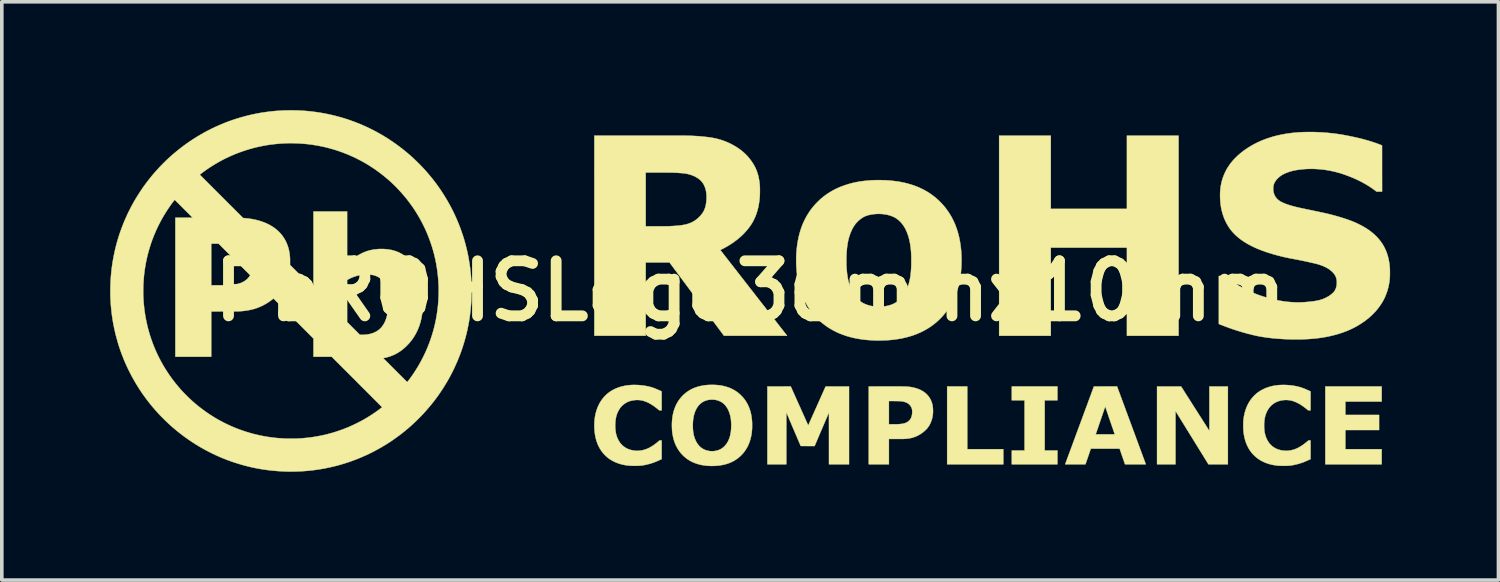
<source format=kicad_pcb>
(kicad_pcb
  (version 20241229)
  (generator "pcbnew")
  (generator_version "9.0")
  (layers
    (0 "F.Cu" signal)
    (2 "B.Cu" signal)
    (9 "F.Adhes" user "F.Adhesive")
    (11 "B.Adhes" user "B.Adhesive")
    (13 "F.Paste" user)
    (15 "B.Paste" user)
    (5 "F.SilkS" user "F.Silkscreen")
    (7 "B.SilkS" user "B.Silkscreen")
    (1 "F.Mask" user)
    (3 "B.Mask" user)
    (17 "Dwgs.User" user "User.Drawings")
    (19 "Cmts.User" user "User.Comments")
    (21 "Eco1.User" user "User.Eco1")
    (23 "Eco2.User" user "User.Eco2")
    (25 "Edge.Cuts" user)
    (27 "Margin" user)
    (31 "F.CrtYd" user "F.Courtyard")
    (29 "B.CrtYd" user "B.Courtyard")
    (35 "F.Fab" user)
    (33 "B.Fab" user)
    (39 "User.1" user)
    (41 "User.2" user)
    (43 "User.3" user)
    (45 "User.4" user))
  (footprint "PbROHSLogo36mmx10mm"
    (layer "F.Cu")
    (at 17.718 5.005)
    (property "Reference" "PbROHSLogo36mmx10mm" (at 0 0 0) (layer "F.SilkS") (effects (font (size 1.524 1.524) (thickness 0.3))))
    (attr through_hole)
    (fp_poly (pts (xy 6.012 4.381) (xy 7.01 4.381) (xy 7.01 4.799) (xy 5.455 4.799) (xy 5.455 2.644) (xy 6.012 2.644) (xy 6.012 4.381)) (stroke (width 0.01) (type solid)) (fill yes) (layer "F.SilkS"))
    (fp_poly (pts (xy 8.324 -2.272) (xy 10.432 -2.272) (xy 10.432 -4.3) (xy 11.862 -4.3) (xy 11.862 1.241) (xy 10.432 1.241) (xy 10.432 -1.2) (xy 8.324 -1.2) (xy 8.324 1.241) (xy 6.894 1.241) (xy 6.894 -4.3) (xy 8.324 -4.3) (xy 8.324 -2.272)) (stroke (width 0.01) (type solid)) (fill yes) (layer "F.SilkS"))
    (fp_poly (pts (xy 8.508 3.028) (xy 8.155 3.028) (xy 8.155 4.417) (xy 8.508 4.417) (xy 8.508 4.799) (xy 7.245 4.799) (xy 7.245 4.417) (xy 7.598 4.417) (xy 7.598 3.028) (xy 7.245 3.028) (xy 7.245 2.644) (xy 8.508 2.644) (xy 8.508 3.028)) (stroke (width 0.01) (type solid)) (fill yes) (layer "F.SilkS"))
    (fp_poly (pts (xy 17.485 3.062) (xy 16.48 3.062) (xy 16.48 3.433) (xy 17.413 3.433) (xy 17.413 3.851) (xy 16.48 3.851) (xy 16.48 4.381) (xy 17.485 4.381) (xy 17.485 4.799) (xy 15.925 4.799) (xy 15.925 2.644) (xy 17.485 2.644) (xy 17.485 3.062)) (stroke (width 0.01) (type solid)) (fill yes) (layer "F.SilkS"))
    (fp_poly (pts (xy 11.95 2.673) (xy 11.951 2.676) (xy 11.954 2.681) (xy 11.959 2.687) (xy 11.964 2.696) (xy 11.971 2.706) (xy 11.979 2.719) (xy 11.988 2.733) (xy 11.998 2.748) (xy 12.008 2.765) (xy 12.02 2.784) (xy 12.033 2.803) (xy 12.046 2.825) (xy 12.06 2.847) (xy 12.075 2.87) (xy 12.091 2.895) (xy 12.107 2.92) (xy 12.124 2.946) (xy 12.141 2.973) (xy 12.159 3.001) (xy 12.177 3.03) (xy 12.195 3.059) (xy 12.214 3.088) (xy 12.233 3.118) (xy 12.252 3.148) (xy 12.272 3.179) (xy 12.291 3.21) (xy 12.311 3.24) (xy 12.33 3.271) (xy 12.35 3.302) (xy 12.369 3.332) (xy 12.389 3.363) (xy 12.408 3.393) (xy 12.427 3.423) (xy 12.445 3.452) (xy 12.464 3.48) (xy 12.482 3.508) (xy 12.499 3.536) (xy 12.516 3.562) (xy 12.532 3.588) (xy 12.548 3.613) (xy 12.563 3.637) (xy 12.578 3.66) (xy 12.591 3.681) (xy 12.604 3.701) (xy 12.616 3.72) (xy 12.628 3.738) (xy 12.638 3.754) (xy 12.647 3.769) (xy 12.655 3.781) (xy 12.662 3.793) (xy 12.668 3.802) (xy 12.668 3.802) (xy 12.715 3.875) (xy 12.715 3.259) (xy 12.715 2.644) (xy 13.227 2.644) (xy 13.227 4.799) (xy 12.958 4.799) (xy 12.689 4.799) (xy 12.614 4.678) (xy 12.61 4.67) (xy 12.604 4.661) (xy 12.597 4.65) (xy 12.589 4.637) (xy 12.579 4.622) (xy 12.569 4.605) (xy 12.558 4.586) (xy 12.545 4.566) (xy 12.532 4.544) (xy 12.518 4.521) (xy 12.502 4.497) (xy 12.487 4.471) (xy 12.47 4.445) (xy 12.453 4.417) (xy 12.435 4.388) (xy 12.416 4.358) (xy 12.397 4.327) (xy 12.378 4.295) (xy 12.358 4.263) (xy 12.337 4.23) (xy 12.317 4.197) (xy 12.296 4.163) (xy 12.274 4.128) (xy 12.253 4.094) (xy 12.232 4.059) (xy 12.21 4.024) (xy 12.188 3.989) (xy 12.167 3.954) (xy 12.145 3.919) (xy 12.124 3.884) (xy 12.102 3.85) (xy 12.081 3.816) (xy 12.06 3.782) (xy 12.04 3.749) (xy 12.02 3.716) (xy 12 3.684) (xy 11.981 3.653) (xy 11.962 3.623) (xy 11.944 3.593) (xy 11.926 3.565) (xy 11.909 3.538) (xy 11.893 3.511) (xy 11.877 3.486) (xy 11.863 3.463) (xy 11.849 3.44) (xy 11.836 3.42) (xy 11.824 3.4) (xy 11.818 3.39) (xy 11.777 3.324) (xy 11.777 4.799) (xy 11.266 4.799) (xy 11.266 2.644) (xy 11.931 2.644) (xy 11.95 2.673)) (stroke (width 0.01) (type solid)) (fill yes) (layer "F.SilkS"))
    (fp_poly (pts (xy 0.801 2.644) (xy 1.124 2.645) (xy 1.178 2.764) (xy 1.186 2.783) (xy 1.196 2.804) (xy 1.206 2.826) (xy 1.216 2.849) (xy 1.227 2.873) (xy 1.238 2.898) (xy 1.249 2.923) (xy 1.26 2.947) (xy 1.27 2.97) (xy 1.28 2.993) (xy 1.29 3.014) (xy 1.291 3.017) (xy 1.314 3.068) (xy 1.336 3.117) (xy 1.357 3.163) (xy 1.377 3.207) (xy 1.396 3.249) (xy 1.413 3.289) (xy 1.43 3.327) (xy 1.447 3.363) (xy 1.462 3.397) (xy 1.476 3.429) (xy 1.49 3.459) (xy 1.502 3.487) (xy 1.514 3.514) (xy 1.525 3.538) (xy 1.535 3.561) (xy 1.545 3.582) (xy 1.553 3.602) (xy 1.561 3.619) (xy 1.569 3.636) (xy 1.575 3.65) (xy 1.581 3.664) (xy 1.587 3.675) (xy 1.591 3.686) (xy 1.595 3.695) (xy 1.599 3.702) (xy 1.601 3.708) (xy 1.604 3.713) (xy 1.606 3.717) (xy 1.607 3.72) (xy 1.607 3.722) (xy 1.608 3.722) (xy 1.608 3.721) (xy 1.61 3.718) (xy 1.612 3.713) (xy 1.615 3.706) (xy 1.619 3.698) (xy 1.624 3.688) (xy 1.629 3.678) (xy 1.634 3.666) (xy 1.64 3.653) (xy 1.642 3.648) (xy 1.645 3.641) (xy 1.649 3.632) (xy 1.654 3.621) (xy 1.66 3.608) (xy 1.667 3.593) (xy 1.674 3.576) (xy 1.683 3.557) (xy 1.692 3.537) (xy 1.701 3.515) (xy 1.712 3.492) (xy 1.723 3.468) (xy 1.734 3.442) (xy 1.746 3.415) (xy 1.759 3.387) (xy 1.772 3.358) (xy 1.785 3.328) (xy 1.799 3.298) (xy 1.813 3.267) (xy 1.827 3.235) (xy 1.841 3.203) (xy 1.856 3.17) (xy 1.87 3.138) (xy 1.876 3.126) (xy 1.89 3.094) (xy 1.904 3.062) (xy 1.918 3.031) (xy 1.932 3.001) (xy 1.945 2.971) (xy 1.958 2.942) (xy 1.97 2.914) (xy 1.982 2.887) (xy 1.994 2.862) (xy 2.005 2.837) (xy 2.015 2.814) (xy 2.025 2.792) (xy 2.034 2.771) (xy 2.043 2.752) (xy 2.051 2.734) (xy 2.058 2.719) (xy 2.064 2.705) (xy 2.069 2.692) (xy 2.074 2.682) (xy 2.078 2.674) (xy 2.08 2.668) (xy 2.082 2.664) (xy 2.083 2.662) (xy 2.091 2.644) (xy 2.738 2.644) (xy 2.738 4.799) (xy 2.183 4.799) (xy 2.183 4.081) (xy 2.182 3.362) (xy 2.176 3.378) (xy 2.175 3.38) (xy 2.173 3.384) (xy 2.17 3.391) (xy 2.167 3.4) (xy 2.162 3.411) (xy 2.157 3.423) (xy 2.15 3.438) (xy 2.143 3.454) (xy 2.136 3.472) (xy 2.127 3.492) (xy 2.119 3.513) (xy 2.109 3.535) (xy 2.099 3.559) (xy 2.088 3.584) (xy 2.077 3.61) (xy 2.065 3.637) (xy 2.053 3.666) (xy 2.041 3.695) (xy 2.028 3.725) (xy 2.015 3.756) (xy 2.001 3.787) (xy 1.988 3.82) (xy 1.977 3.843) (xy 1.785 4.294) (xy 1.593 4.294) (xy 1.401 4.293) (xy 1.257 3.956) (xy 1.244 3.926) (xy 1.231 3.896) (xy 1.219 3.866) (xy 1.206 3.836) (xy 1.193 3.807) (xy 1.18 3.777) (xy 1.168 3.748) (xy 1.156 3.72) (xy 1.144 3.692) (xy 1.133 3.665) (xy 1.122 3.639) (xy 1.111 3.615) (xy 1.101 3.591) (xy 1.092 3.57) (xy 1.083 3.55) (xy 1.076 3.531) (xy 1.069 3.515) (xy 1.062 3.5) (xy 1.058 3.49) (xy 1.003 3.36) (xy 1.002 4.799) (xy 0.478 4.799) (xy 0.478 2.644) (xy 0.801 2.644)) (stroke (width 0.01) (type solid)) (fill yes) (layer "F.SilkS"))
    (fp_poly (pts (xy 3.783 2.645) (xy 3.83 2.645) (xy 3.875 2.645) (xy 3.918 2.645) (xy 3.957 2.645) (xy 3.995 2.645) (xy 4.03 2.645) (xy 4.063 2.645) (xy 4.094 2.645) (xy 4.122 2.645) (xy 4.148 2.645) (xy 4.172 2.645) (xy 4.194 2.645) (xy 4.214 2.645) (xy 4.231 2.646) (xy 4.247 2.646) (xy 4.261 2.646) (xy 4.273 2.646) (xy 4.283 2.646) (xy 4.291 2.646) (xy 4.297 2.646) (xy 4.301 2.646) (xy 4.303 2.646) (xy 4.321 2.648) (xy 4.336 2.649) (xy 4.35 2.65) (xy 4.363 2.651) (xy 4.374 2.652) (xy 4.381 2.652) (xy 4.431 2.658) (xy 4.479 2.666) (xy 4.526 2.676) (xy 4.571 2.687) (xy 4.614 2.7) (xy 4.656 2.715) (xy 4.696 2.731) (xy 4.734 2.75) (xy 4.767 2.768) (xy 4.801 2.789) (xy 4.833 2.812) (xy 4.863 2.836) (xy 4.89 2.862) (xy 4.916 2.889) (xy 4.94 2.918) (xy 4.962 2.949) (xy 4.975 2.97) (xy 4.993 3.001) (xy 5.008 3.034) (xy 5.022 3.067) (xy 5.034 3.102) (xy 5.044 3.137) (xy 5.051 3.174) (xy 5.057 3.213) (xy 5.061 3.253) (xy 5.063 3.294) (xy 5.064 3.338) (xy 5.062 3.381) (xy 5.058 3.423) (xy 5.052 3.464) (xy 5.044 3.505) (xy 5.034 3.546) (xy 5.026 3.573) (xy 5.012 3.613) (xy 4.996 3.651) (xy 4.979 3.688) (xy 4.96 3.723) (xy 4.938 3.756) (xy 4.915 3.788) (xy 4.901 3.806) (xy 4.894 3.814) (xy 4.885 3.823) (xy 4.876 3.833) (xy 4.865 3.844) (xy 4.855 3.854) (xy 4.844 3.864) (xy 4.839 3.868) (xy 4.803 3.9) (xy 4.765 3.929) (xy 4.727 3.956) (xy 4.688 3.98) (xy 4.647 4.002) (xy 4.606 4.022) (xy 4.578 4.034) (xy 4.54 4.048) (xy 4.501 4.06) (xy 4.46 4.071) (xy 4.417 4.079) (xy 4.372 4.087) (xy 4.325 4.092) (xy 4.303 4.094) (xy 4.295 4.094) (xy 4.287 4.095) (xy 4.278 4.095) (xy 4.27 4.096) (xy 4.261 4.096) (xy 4.251 4.097) (xy 4.241 4.097) (xy 4.23 4.097) (xy 4.218 4.097) (xy 4.204 4.098) (xy 4.19 4.098) (xy 4.173 4.098) (xy 4.156 4.098) (xy 4.136 4.098) (xy 4.115 4.098) (xy 4.091 4.098) (xy 4.065 4.098) (xy 4.037 4.098) (xy 4.028 4.098) (xy 3.842 4.098) (xy 3.842 4.799) (xy 3.284 4.799) (xy 3.284 3.692) (xy 3.842 3.692) (xy 3.961 3.691) (xy 3.979 3.691) (xy 3.996 3.691) (xy 4.013 3.691) (xy 4.029 3.691) (xy 4.044 3.691) (xy 4.057 3.691) (xy 4.07 3.69) (xy 4.08 3.69) (xy 4.089 3.69) (xy 4.096 3.69) (xy 4.1 3.689) (xy 4.1 3.689) (xy 4.129 3.687) (xy 4.155 3.685) (xy 4.179 3.682) (xy 4.201 3.68) (xy 4.222 3.676) (xy 4.241 3.673) (xy 4.258 3.669) (xy 4.275 3.664) (xy 4.29 3.659) (xy 4.3 3.656) (xy 4.324 3.645) (xy 4.346 3.634) (xy 4.366 3.621) (xy 4.386 3.606) (xy 4.403 3.589) (xy 4.405 3.588) (xy 4.415 3.577) (xy 4.423 3.567) (xy 4.431 3.558) (xy 4.437 3.548) (xy 4.442 3.541) (xy 4.453 3.521) (xy 4.462 3.5) (xy 4.47 3.476) (xy 4.477 3.451) (xy 4.482 3.424) (xy 4.485 3.402) (xy 4.486 3.394) (xy 4.487 3.384) (xy 4.487 3.372) (xy 4.487 3.36) (xy 4.488 3.348) (xy 4.488 3.336) (xy 4.487 3.324) (xy 4.487 3.313) (xy 4.486 3.303) (xy 4.486 3.296) (xy 4.485 3.293) (xy 4.48 3.268) (xy 4.473 3.245) (xy 4.464 3.224) (xy 4.453 3.203) (xy 4.44 3.183) (xy 4.425 3.164) (xy 4.407 3.146) (xy 4.406 3.144) (xy 4.398 3.137) (xy 4.391 3.13) (xy 4.385 3.125) (xy 4.379 3.12) (xy 4.371 3.115) (xy 4.365 3.111) (xy 4.351 3.102) (xy 4.334 3.094) (xy 4.316 3.086) (xy 4.295 3.079) (xy 4.274 3.072) (xy 4.252 3.066) (xy 4.23 3.061) (xy 4.208 3.057) (xy 4.206 3.057) (xy 4.199 3.056) (xy 4.191 3.055) (xy 4.182 3.054) (xy 4.172 3.053) (xy 4.162 3.052) (xy 4.151 3.052) (xy 4.138 3.051) (xy 4.125 3.051) (xy 4.109 3.05) (xy 4.093 3.05) (xy 4.074 3.049) (xy 4.054 3.049) (xy 4.031 3.049) (xy 4.007 3.049) (xy 3.98 3.048) (xy 3.967 3.048) (xy 3.842 3.048) (xy 3.842 3.692) (xy 3.284 3.692) (xy 3.284 2.644) (xy 3.783 2.645)) (stroke (width 0.01) (type solid)) (fill yes) (layer "F.SilkS"))
    (fp_poly (pts (xy 10.159 2.645) (xy 10.233 2.845) (xy 10.238 2.857) (xy 10.243 2.872) (xy 10.249 2.888) (xy 10.256 2.907) (xy 10.263 2.928) (xy 10.272 2.95) (xy 10.281 2.975) (xy 10.291 3.001) (xy 10.301 3.029) (xy 10.312 3.059) (xy 10.324 3.091) (xy 10.336 3.124) (xy 10.349 3.158) (xy 10.362 3.194) (xy 10.376 3.231) (xy 10.39 3.27) (xy 10.404 3.309) (xy 10.419 3.35) (xy 10.435 3.391) (xy 10.45 3.433) (xy 10.466 3.477) (xy 10.483 3.521) (xy 10.499 3.565) (xy 10.516 3.61) (xy 10.533 3.656) (xy 10.55 3.702) (xy 10.567 3.749) (xy 10.584 3.795) (xy 10.601 3.842) (xy 10.619 3.889) (xy 10.631 3.922) (xy 10.955 4.799) (xy 10.667 4.799) (xy 10.64 4.799) (xy 10.614 4.799) (xy 10.588 4.799) (xy 10.564 4.799) (xy 10.54 4.799) (xy 10.518 4.799) (xy 10.497 4.799) (xy 10.477 4.799) (xy 10.459 4.799) (xy 10.442 4.799) (xy 10.427 4.799) (xy 10.414 4.799) (xy 10.403 4.799) (xy 10.393 4.799) (xy 10.386 4.799) (xy 10.381 4.799) (xy 10.379 4.798) (xy 10.379 4.798) (xy 10.378 4.797) (xy 10.377 4.794) (xy 10.375 4.788) (xy 10.372 4.78) (xy 10.369 4.77) (xy 10.365 4.759) (xy 10.361 4.746) (xy 10.356 4.731) (xy 10.35 4.715) (xy 10.344 4.697) (xy 10.338 4.679) (xy 10.331 4.659) (xy 10.324 4.638) (xy 10.316 4.617) (xy 10.309 4.594) (xy 10.304 4.582) (xy 10.23 4.366) (xy 9.432 4.366) (xy 9.36 4.577) (xy 9.352 4.6) (xy 9.345 4.621) (xy 9.337 4.642) (xy 9.33 4.663) (xy 9.324 4.682) (xy 9.318 4.7) (xy 9.312 4.717) (xy 9.307 4.733) (xy 9.302 4.747) (xy 9.297 4.759) (xy 9.294 4.77) (xy 9.291 4.779) (xy 9.288 4.786) (xy 9.287 4.791) (xy 9.286 4.794) (xy 9.285 4.794) (xy 9.283 4.799) (xy 9.003 4.799) (xy 8.97 4.799) (xy 8.94 4.799) (xy 8.912 4.799) (xy 8.887 4.799) (xy 8.864 4.799) (xy 8.843 4.799) (xy 8.824 4.799) (xy 8.807 4.799) (xy 8.791 4.799) (xy 8.778 4.799) (xy 8.766 4.799) (xy 8.756 4.799) (xy 8.747 4.799) (xy 8.74 4.799) (xy 8.734 4.799) (xy 8.73 4.798) (xy 8.726 4.798) (xy 8.724 4.798) (xy 8.723 4.798) (xy 8.723 4.798) (xy 8.723 4.796) (xy 8.725 4.792) (xy 8.727 4.786) (xy 8.73 4.778) (xy 8.734 4.768) (xy 8.738 4.756) (xy 8.744 4.741) (xy 8.75 4.725) (xy 8.756 4.707) (xy 8.764 4.687) (xy 8.772 4.665) (xy 8.78 4.642) (xy 8.789 4.617) (xy 8.799 4.591) (xy 8.809 4.563) (xy 8.82 4.534) (xy 8.831 4.504) (xy 8.843 4.472) (xy 8.855 4.439) (xy 8.868 4.405) (xy 8.881 4.37) (xy 8.894 4.334) (xy 8.908 4.297) (xy 8.922 4.259) (xy 8.936 4.221) (xy 8.95 4.182) (xy 8.965 4.142) (xy 8.98 4.101) (xy 8.995 4.06) (xy 9.01 4.019) (xy 9.026 3.977) (xy 9.029 3.969) (xy 9.567 3.969) (xy 10.095 3.969) (xy 10.088 3.947) (xy 10.086 3.943) (xy 10.084 3.937) (xy 10.081 3.929) (xy 10.078 3.918) (xy 10.074 3.907) (xy 10.069 3.893) (xy 10.064 3.878) (xy 10.059 3.862) (xy 10.053 3.845) (xy 10.047 3.827) (xy 10.04 3.808) (xy 10.034 3.789) (xy 10.027 3.769) (xy 10.025 3.765) (xy 10.011 3.723) (xy 9.997 3.682) (xy 9.983 3.642) (xy 9.97 3.604) (xy 9.957 3.567) (xy 9.945 3.531) (xy 9.933 3.497) (xy 9.922 3.464) (xy 9.912 3.433) (xy 9.902 3.404) (xy 9.892 3.377) (xy 9.884 3.351) (xy 9.876 3.328) (xy 9.868 3.307) (xy 9.862 3.288) (xy 9.856 3.271) (xy 9.856 3.271) (xy 9.852 3.258) (xy 9.848 3.246) (xy 9.844 3.235) (xy 9.84 3.225) (xy 9.837 3.217) (xy 9.835 3.21) (xy 9.833 3.205) (xy 9.832 3.201) (xy 9.831 3.2) (xy 9.831 3.201) (xy 9.83 3.204) (xy 9.828 3.209) (xy 9.826 3.216) (xy 9.823 3.225) (xy 9.819 3.236) (xy 9.814 3.248) (xy 9.809 3.263) (xy 9.803 3.28) (xy 9.797 3.299) (xy 9.789 3.321) (xy 9.781 3.344) (xy 9.773 3.369) (xy 9.763 3.397) (xy 9.753 3.427) (xy 9.742 3.459) (xy 9.73 3.493) (xy 9.718 3.529) (xy 9.705 3.568) (xy 9.691 3.609) (xy 9.676 3.652) (xy 9.66 3.698) (xy 9.644 3.746) (xy 9.627 3.796) (xy 9.609 3.848) (xy 9.591 3.9) (xy 9.567 3.969) (xy 9.029 3.969) (xy 9.041 3.935) (xy 9.057 3.893) (xy 9.072 3.851) (xy 9.088 3.808) (xy 9.104 3.766) (xy 9.12 3.723) (xy 9.135 3.681) (xy 9.151 3.639) (xy 9.166 3.597) (xy 9.182 3.555) (xy 9.197 3.514) (xy 9.212 3.473) (xy 9.227 3.432) (xy 9.242 3.393) (xy 9.256 3.353) (xy 9.27 3.315) (xy 9.284 3.277) (xy 9.298 3.24) (xy 9.311 3.205) (xy 9.324 3.17) (xy 9.337 3.136) (xy 9.349 3.103) (xy 9.36 3.071) (xy 9.372 3.041) (xy 9.382 3.012) (xy 9.393 2.984) (xy 9.402 2.958) (xy 9.411 2.933) (xy 9.42 2.91) (xy 9.428 2.889) (xy 9.435 2.869) (xy 9.442 2.851) (xy 9.448 2.835) (xy 9.453 2.821) (xy 9.457 2.808) (xy 9.461 2.798) (xy 9.464 2.79) (xy 9.466 2.784) (xy 9.466 2.784) (xy 9.518 2.644) (xy 10.159 2.645)) (stroke (width 0.01) (type solid)) (fill yes) (layer "F.SilkS"))
    (fp_poly (pts (xy -3.169 2.603) (xy -3.12 2.604) (xy -3.07 2.607) (xy -3.021 2.612) (xy -2.976 2.617) (xy -2.937 2.622) (xy -2.901 2.628) (xy -2.866 2.634) (xy -2.833 2.641) (xy -2.801 2.648) (xy -2.77 2.656) (xy -2.74 2.664) (xy -2.71 2.673) (xy -2.681 2.683) (xy -2.652 2.694) (xy -2.64 2.698) (xy -2.627 2.704) (xy -2.611 2.71) (xy -2.595 2.717) (xy -2.577 2.724) (xy -2.559 2.732) (xy -2.541 2.74) (xy -2.524 2.748) (xy -2.506 2.755) (xy -2.49 2.763) (xy -2.475 2.77) (xy -2.45 2.782) (xy -2.45 3.306) (xy -2.514 3.306) (xy -2.528 3.294) (xy -2.537 3.286) (xy -2.548 3.278) (xy -2.56 3.268) (xy -2.573 3.258) (xy -2.586 3.247) (xy -2.599 3.237) (xy -2.612 3.227) (xy -2.625 3.217) (xy -2.636 3.209) (xy -2.646 3.202) (xy -2.647 3.2) (xy -2.685 3.174) (xy -2.723 3.149) (xy -2.762 3.126) (xy -2.8 3.105) (xy -2.837 3.087) (xy -2.857 3.078) (xy -2.887 3.066) (xy -2.915 3.056) (xy -2.941 3.047) (xy -2.967 3.039) (xy -2.992 3.033) (xy -3.018 3.028) (xy -3.043 3.024) (xy -3.069 3.021) (xy -3.097 3.02) (xy -3.112 3.019) (xy -3.149 3.019) (xy -3.186 3.022) (xy -3.222 3.026) (xy -3.258 3.032) (xy -3.294 3.04) (xy -3.328 3.049) (xy -3.361 3.061) (xy -3.393 3.074) (xy -3.423 3.089) (xy -3.442 3.1) (xy -3.472 3.12) (xy -3.502 3.142) (xy -3.53 3.165) (xy -3.537 3.171) (xy -3.559 3.193) (xy -3.58 3.217) (xy -3.6 3.243) (xy -3.619 3.271) (xy -3.637 3.301) (xy -3.654 3.333) (xy -3.67 3.366) (xy -3.684 3.4) (xy -3.687 3.408) (xy -3.697 3.438) (xy -3.706 3.47) (xy -3.713 3.503) (xy -3.72 3.538) (xy -3.725 3.574) (xy -3.729 3.612) (xy -3.732 3.651) (xy -3.734 3.69) (xy -3.735 3.73) (xy -3.734 3.77) (xy -3.732 3.81) (xy -3.729 3.849) (xy -3.727 3.861) (xy -3.722 3.903) (xy -3.715 3.943) (xy -3.706 3.981) (xy -3.695 4.017) (xy -3.683 4.052) (xy -3.672 4.078) (xy -3.656 4.111) (xy -3.64 4.142) (xy -3.622 4.172) (xy -3.603 4.2) (xy -3.583 4.226) (xy -3.562 4.249) (xy -3.541 4.271) (xy -3.537 4.274) (xy -3.509 4.299) (xy -3.479 4.321) (xy -3.448 4.341) (xy -3.417 4.359) (xy -3.384 4.374) (xy -3.35 4.387) (xy -3.319 4.397) (xy -3.277 4.408) (xy -3.235 4.416) (xy -3.194 4.422) (xy -3.152 4.425) (xy -3.111 4.425) (xy -3.07 4.423) (xy -3.03 4.419) (xy -2.989 4.412) (xy -2.95 4.402) (xy -2.945 4.401) (xy -2.91 4.39) (xy -2.876 4.379) (xy -2.843 4.366) (xy -2.811 4.351) (xy -2.779 4.335) (xy -2.747 4.316) (xy -2.74 4.312) (xy -2.716 4.298) (xy -2.694 4.284) (xy -2.672 4.269) (xy -2.651 4.254) (xy -2.629 4.238) (xy -2.607 4.221) (xy -2.584 4.203) (xy -2.56 4.184) (xy -2.535 4.163) (xy -2.529 4.158) (xy -2.508 4.14) (xy -2.45 4.14) (xy -2.45 4.657) (xy -2.469 4.665) (xy -2.486 4.673) (xy -2.503 4.68) (xy -2.52 4.688) (xy -2.537 4.695) (xy -2.554 4.703) (xy -2.57 4.71) (xy -2.585 4.716) (xy -2.599 4.722) (xy -2.612 4.727) (xy -2.623 4.732) (xy -2.632 4.736) (xy -2.639 4.739) (xy -2.64 4.739) (xy -2.667 4.749) (xy -2.695 4.759) (xy -2.725 4.769) (xy -2.756 4.779) (xy -2.788 4.788) (xy -2.82 4.796) (xy -2.853 4.804) (xy -2.884 4.811) (xy -2.916 4.818) (xy -2.946 4.824) (xy -2.975 4.828) (xy -3.002 4.832) (xy -3.015 4.834) (xy -3.039 4.836) (xy -3.065 4.838) (xy -3.092 4.839) (xy -3.121 4.84) (xy -3.151 4.841) (xy -3.181 4.841) (xy -3.212 4.842) (xy -3.242 4.841) (xy -3.255 4.841) (xy -3.31 4.839) (xy -3.365 4.834) (xy -3.419 4.828) (xy -3.471 4.82) (xy -3.523 4.809) (xy -3.574 4.797) (xy -3.623 4.782) (xy -3.671 4.766) (xy -3.717 4.748) (xy -3.762 4.728) (xy -3.777 4.72) (xy -3.82 4.697) (xy -3.862 4.673) (xy -3.902 4.646) (xy -3.94 4.617) (xy -3.977 4.587) (xy -4.011 4.555) (xy -4.044 4.521) (xy -4.075 4.485) (xy -4.105 4.447) (xy -4.132 4.408) (xy -4.158 4.367) (xy -4.182 4.324) (xy -4.204 4.279) (xy -4.206 4.275) (xy -4.224 4.234) (xy -4.239 4.193) (xy -4.254 4.151) (xy -4.266 4.108) (xy -4.278 4.063) (xy -4.287 4.018) (xy -4.295 3.97) (xy -4.302 3.921) (xy -4.307 3.87) (xy -4.31 3.828) (xy -4.311 3.819) (xy -4.311 3.807) (xy -4.312 3.794) (xy -4.312 3.779) (xy -4.312 3.764) (xy -4.313 3.748) (xy -4.313 3.732) (xy -4.313 3.716) (xy -4.313 3.7) (xy -4.313 3.686) (xy -4.312 3.673) (xy -4.312 3.661) (xy -4.312 3.655) (xy -4.309 3.603) (xy -4.304 3.552) (xy -4.298 3.503) (xy -4.29 3.455) (xy -4.28 3.409) (xy -4.269 3.363) (xy -4.256 3.319) (xy -4.247 3.291) (xy -4.23 3.242) (xy -4.21 3.195) (xy -4.189 3.15) (xy -4.166 3.106) (xy -4.141 3.064) (xy -4.114 3.023) (xy -4.085 2.984) (xy -4.055 2.947) (xy -4.023 2.911) (xy -3.989 2.878) (xy -3.954 2.846) (xy -3.947 2.841) (xy -3.91 2.812) (xy -3.872 2.785) (xy -3.831 2.759) (xy -3.79 2.736) (xy -3.746 2.714) (xy -3.701 2.694) (xy -3.654 2.676) (xy -3.607 2.66) (xy -3.558 2.646) (xy -3.507 2.634) (xy -3.456 2.623) (xy -3.404 2.615) (xy -3.36 2.61) (xy -3.315 2.606) (xy -3.267 2.603) (xy -3.219 2.602) (xy -3.169 2.603)) (stroke (width 0.01) (type solid)) (fill yes) (layer "F.SilkS"))
    (fp_poly (pts (xy 14.81 2.603) (xy 14.849 2.604) (xy 14.888 2.607) (xy 14.888 2.607) (xy 14.922 2.609) (xy 14.958 2.613) (xy 14.993 2.617) (xy 15.029 2.622) (xy 15.065 2.628) (xy 15.1 2.634) (xy 15.133 2.641) (xy 15.165 2.648) (xy 15.195 2.656) (xy 15.199 2.657) (xy 15.219 2.662) (xy 15.239 2.669) (xy 15.261 2.676) (xy 15.283 2.683) (xy 15.304 2.691) (xy 15.325 2.698) (xy 15.336 2.702) (xy 15.35 2.708) (xy 15.367 2.715) (xy 15.384 2.723) (xy 15.403 2.731) (xy 15.422 2.739) (xy 15.442 2.748) (xy 15.46 2.756) (xy 15.478 2.764) (xy 15.495 2.772) (xy 15.501 2.775) (xy 15.516 2.782) (xy 15.516 3.306) (xy 15.451 3.306) (xy 15.437 3.294) (xy 15.424 3.283) (xy 15.409 3.271) (xy 15.392 3.258) (xy 15.376 3.244) (xy 15.359 3.231) (xy 15.352 3.226) (xy 15.316 3.199) (xy 15.281 3.175) (xy 15.247 3.152) (xy 15.212 3.131) (xy 15.178 3.112) (xy 15.144 3.095) (xy 15.11 3.079) (xy 15.075 3.065) (xy 15.04 3.052) (xy 15.034 3.05) (xy 14.998 3.039) (xy 14.962 3.031) (xy 14.926 3.025) (xy 14.888 3.021) (xy 14.85 3.019) (xy 14.823 3.019) (xy 14.783 3.021) (xy 14.744 3.026) (xy 14.705 3.032) (xy 14.668 3.041) (xy 14.631 3.052) (xy 14.596 3.064) (xy 14.567 3.077) (xy 14.537 3.092) (xy 14.508 3.109) (xy 14.48 3.129) (xy 14.453 3.15) (xy 14.428 3.172) (xy 14.416 3.183) (xy 14.394 3.208) (xy 14.372 3.234) (xy 14.352 3.263) (xy 14.333 3.293) (xy 14.315 3.325) (xy 14.299 3.358) (xy 14.285 3.392) (xy 14.272 3.428) (xy 14.261 3.464) (xy 14.252 3.501) (xy 14.251 3.505) (xy 14.245 3.541) (xy 14.239 3.579) (xy 14.235 3.619) (xy 14.232 3.659) (xy 14.231 3.7) (xy 14.231 3.742) (xy 14.232 3.783) (xy 14.234 3.824) (xy 14.238 3.863) (xy 14.243 3.902) (xy 14.245 3.912) (xy 14.252 3.948) (xy 14.26 3.981) (xy 14.269 4.013) (xy 14.28 4.044) (xy 14.292 4.075) (xy 14.306 4.106) (xy 14.308 4.109) (xy 14.325 4.142) (xy 14.344 4.172) (xy 14.363 4.2) (xy 14.383 4.227) (xy 14.405 4.252) (xy 14.429 4.275) (xy 14.453 4.296) (xy 14.48 4.317) (xy 14.498 4.329) (xy 14.526 4.346) (xy 14.554 4.362) (xy 14.585 4.376) (xy 14.616 4.388) (xy 14.649 4.398) (xy 14.684 4.407) (xy 14.707 4.412) (xy 14.748 4.419) (xy 14.789 4.423) (xy 14.83 4.425) (xy 14.871 4.425) (xy 14.912 4.422) (xy 14.952 4.416) (xy 14.993 4.408) (xy 15.034 4.397) (xy 15.075 4.384) (xy 15.1 4.375) (xy 15.124 4.365) (xy 15.148 4.354) (xy 15.172 4.342) (xy 15.196 4.329) (xy 15.221 4.315) (xy 15.247 4.299) (xy 15.274 4.282) (xy 15.282 4.277) (xy 15.301 4.264) (xy 15.321 4.25) (xy 15.342 4.234) (xy 15.364 4.217) (xy 15.386 4.2) (xy 15.408 4.182) (xy 15.43 4.163) (xy 15.439 4.156) (xy 15.457 4.14) (xy 15.486 4.14) (xy 15.516 4.14) (xy 15.516 4.657) (xy 15.486 4.67) (xy 15.462 4.68) (xy 15.44 4.69) (xy 15.421 4.699) (xy 15.403 4.706) (xy 15.386 4.714) (xy 15.371 4.72) (xy 15.358 4.726) (xy 15.346 4.731) (xy 15.334 4.736) (xy 15.324 4.74) (xy 15.314 4.744) (xy 15.304 4.747) (xy 15.295 4.751) (xy 15.286 4.754) (xy 15.277 4.757) (xy 15.268 4.76) (xy 15.259 4.763) (xy 15.258 4.763) (xy 15.233 4.771) (xy 15.207 4.779) (xy 15.181 4.787) (xy 15.153 4.794) (xy 15.126 4.801) (xy 15.099 4.807) (xy 15.072 4.813) (xy 15.047 4.819) (xy 15.023 4.823) (xy 15 4.827) (xy 14.983 4.83) (xy 14.955 4.833) (xy 14.925 4.836) (xy 14.894 4.838) (xy 14.86 4.84) (xy 14.825 4.841) (xy 14.789 4.842) (xy 14.752 4.842) (xy 14.714 4.841) (xy 14.71 4.841) (xy 14.656 4.839) (xy 14.602 4.835) (xy 14.549 4.828) (xy 14.496 4.82) (xy 14.445 4.81) (xy 14.395 4.798) (xy 14.346 4.784) (xy 14.299 4.768) (xy 14.253 4.75) (xy 14.208 4.73) (xy 14.165 4.709) (xy 14.133 4.691) (xy 14.091 4.665) (xy 14.052 4.638) (xy 14.014 4.608) (xy 13.978 4.577) (xy 13.947 4.547) (xy 13.917 4.517) (xy 13.89 4.485) (xy 13.864 4.452) (xy 13.839 4.418) (xy 13.816 4.382) (xy 13.794 4.344) (xy 13.779 4.315) (xy 13.757 4.27) (xy 13.738 4.224) (xy 13.72 4.177) (xy 13.705 4.128) (xy 13.691 4.078) (xy 13.68 4.026) (xy 13.67 3.973) (xy 13.663 3.918) (xy 13.658 3.866) (xy 13.657 3.854) (xy 13.656 3.843) (xy 13.655 3.833) (xy 13.655 3.823) (xy 13.654 3.814) (xy 13.654 3.804) (xy 13.654 3.794) (xy 13.653 3.782) (xy 13.653 3.77) (xy 13.653 3.755) (xy 13.653 3.739) (xy 13.653 3.727) (xy 13.653 3.706) (xy 13.653 3.686) (xy 13.654 3.669) (xy 13.654 3.653) (xy 13.654 3.638) (xy 13.655 3.623) (xy 13.656 3.609) (xy 13.657 3.595) (xy 13.658 3.581) (xy 13.66 3.566) (xy 13.662 3.55) (xy 13.662 3.545) (xy 13.669 3.491) (xy 13.679 3.439) (xy 13.69 3.387) (xy 13.704 3.337) (xy 13.719 3.287) (xy 13.736 3.24) (xy 13.756 3.193) (xy 13.777 3.148) (xy 13.8 3.105) (xy 13.825 3.063) (xy 13.851 3.023) (xy 13.88 2.984) (xy 13.91 2.947) (xy 13.942 2.912) (xy 13.976 2.879) (xy 14.011 2.847) (xy 14.048 2.817) (xy 14.05 2.815) (xy 14.089 2.788) (xy 14.129 2.762) (xy 14.171 2.739) (xy 14.214 2.717) (xy 14.259 2.696) (xy 14.306 2.678) (xy 14.353 2.662) (xy 14.403 2.647) (xy 14.453 2.635) (xy 14.504 2.624) (xy 14.557 2.616) (xy 14.61 2.609) (xy 14.624 2.608) (xy 14.659 2.605) (xy 14.695 2.604) (xy 14.733 2.603) (xy 14.771 2.602) (xy 14.81 2.603)) (stroke (width 0.01) (type solid)) (fill yes) (layer "F.SilkS"))
    (fp_poly (pts (xy -1.028 2.6) (xy -1.012 2.6) (xy -0.997 2.601) (xy -0.983 2.601) (xy -0.971 2.601) (xy -0.961 2.602) (xy -0.959 2.602) (xy -0.912 2.606) (xy -0.867 2.61) (xy -0.824 2.616) (xy -0.783 2.623) (xy -0.742 2.631) (xy -0.703 2.641) (xy -0.674 2.649) (xy -0.643 2.658) (xy -0.615 2.667) (xy -0.588 2.677) (xy -0.561 2.687) (xy -0.535 2.698) (xy -0.509 2.711) (xy -0.493 2.719) (xy -0.454 2.739) (xy -0.417 2.761) (xy -0.381 2.784) (xy -0.347 2.808) (xy -0.314 2.835) (xy -0.281 2.863) (xy -0.249 2.894) (xy -0.238 2.905) (xy -0.205 2.94) (xy -0.173 2.978) (xy -0.144 3.016) (xy -0.117 3.056) (xy -0.092 3.098) (xy -0.068 3.141) (xy -0.047 3.186) (xy -0.028 3.232) (xy -0.01 3.28) (xy 0.005 3.329) (xy 0.019 3.38) (xy 0.026 3.412) (xy 0.033 3.447) (xy 0.039 3.484) (xy 0.044 3.522) (xy 0.048 3.561) (xy 0.052 3.603) (xy 0.054 3.623) (xy 0.054 3.632) (xy 0.054 3.644) (xy 0.055 3.657) (xy 0.055 3.671) (xy 0.055 3.687) (xy 0.055 3.704) (xy 0.055 3.721) (xy 0.055 3.738) (xy 0.055 3.755) (xy 0.055 3.771) (xy 0.055 3.787) (xy 0.054 3.801) (xy 0.054 3.814) (xy 0.053 3.825) (xy 0.053 3.832) (xy 0.048 3.883) (xy 0.043 3.932) (xy 0.036 3.98) (xy 0.027 4.025) (xy 0.017 4.069) (xy 0.006 4.112) (xy -0.007 4.154) (xy -0.021 4.195) (xy -0.023 4.201) (xy -0.042 4.247) (xy -0.063 4.293) (xy -0.086 4.337) (xy -0.111 4.379) (xy -0.138 4.42) (xy -0.167 4.459) (xy -0.197 4.497) (xy -0.23 4.533) (xy -0.264 4.567) (xy -0.3 4.599) (xy -0.337 4.63) (xy -0.376 4.658) (xy -0.417 4.685) (xy -0.459 4.71) (xy -0.46 4.71) (xy -0.503 4.732) (xy -0.547 4.752) (xy -0.592 4.77) (xy -0.639 4.786) (xy -0.688 4.8) (xy -0.738 4.812) (xy -0.79 4.822) (xy -0.843 4.831) (xy -0.897 4.837) (xy -0.953 4.842) (xy -1.009 4.844) (xy -1.067 4.845) (xy -1.118 4.844) (xy -1.176 4.841) (xy -1.232 4.835) (xy -1.287 4.828) (xy -1.341 4.819) (xy -1.393 4.807) (xy -1.443 4.794) (xy -1.492 4.779) (xy -1.539 4.761) (xy -1.585 4.742) (xy -1.63 4.72) (xy -1.673 4.697) (xy -1.714 4.671) (xy -1.754 4.644) (xy -1.792 4.614) (xy -1.829 4.583) (xy -1.864 4.549) (xy -1.898 4.513) (xy -1.922 4.486) (xy -1.952 4.447) (xy -1.981 4.407) (xy -2.007 4.365) (xy -2.031 4.322) (xy -2.054 4.278) (xy -2.074 4.232) (xy -2.093 4.184) (xy -2.109 4.135) (xy -2.123 4.085) (xy -2.135 4.033) (xy -2.145 3.98) (xy -2.154 3.925) (xy -2.16 3.87) (xy -2.163 3.813) (xy -2.165 3.766) (xy -2.166 3.715) (xy -2.165 3.698) (xy -1.587 3.698) (xy -1.587 3.747) (xy -1.586 3.791) (xy -1.583 3.833) (xy -1.58 3.873) (xy -1.575 3.912) (xy -1.569 3.948) (xy -1.562 3.984) (xy -1.554 4.018) (xy -1.544 4.051) (xy -1.533 4.083) (xy -1.52 4.114) (xy -1.506 4.145) (xy -1.5 4.158) (xy -1.482 4.192) (xy -1.462 4.223) (xy -1.442 4.252) (xy -1.42 4.279) (xy -1.396 4.304) (xy -1.371 4.327) (xy -1.345 4.347) (xy -1.317 4.366) (xy -1.288 4.382) (xy -1.266 4.393) (xy -1.236 4.405) (xy -1.205 4.415) (xy -1.173 4.424) (xy -1.139 4.43) (xy -1.104 4.435) (xy -1.078 4.437) (xy -1.071 4.437) (xy -1.063 4.437) (xy -1.054 4.437) (xy -1.043 4.437) (xy -1.032 4.436) (xy -1.022 4.436) (xy -1.012 4.435) (xy -1.004 4.435) (xy -0.999 4.434) (xy -0.965 4.429) (xy -0.932 4.423) (xy -0.899 4.414) (xy -0.868 4.403) (xy -0.838 4.391) (xy -0.81 4.376) (xy -0.783 4.36) (xy -0.772 4.352) (xy -0.745 4.331) (xy -0.72 4.309) (xy -0.696 4.284) (xy -0.673 4.257) (xy -0.652 4.229) (xy -0.632 4.198) (xy -0.614 4.167) (xy -0.598 4.133) (xy -0.583 4.098) (xy -0.569 4.062) (xy -0.561 4.034) (xy -0.552 3.999) (xy -0.544 3.962) (xy -0.537 3.923) (xy -0.531 3.882) (xy -0.527 3.84) (xy -0.524 3.797) (xy -0.523 3.753) (xy -0.522 3.709) (xy -0.523 3.663) (xy -0.525 3.638) (xy -0.528 3.595) (xy -0.532 3.553) (xy -0.538 3.514) (xy -0.545 3.476) (xy -0.554 3.439) (xy -0.564 3.403) (xy -0.576 3.367) (xy -0.589 3.332) (xy -0.599 3.31) (xy -0.615 3.276) (xy -0.634 3.243) (xy -0.653 3.213) (xy -0.675 3.184) (xy -0.698 3.157) (xy -0.722 3.132) (xy -0.748 3.11) (xy -0.762 3.099) (xy -0.786 3.082) (xy -0.813 3.066) (xy -0.842 3.052) (xy -0.872 3.04) (xy -0.903 3.029) (xy -0.935 3.021) (xy -0.968 3.014) (xy -1.002 3.01) (xy -1.017 3.009) (xy -1.028 3.008) (xy -1.04 3.008) (xy -1.053 3.008) (xy -1.067 3.008) (xy -1.081 3.008) (xy -1.095 3.009) (xy -1.107 3.01) (xy -1.115 3.01) (xy -1.146 3.015) (xy -1.177 3.021) (xy -1.207 3.029) (xy -1.236 3.038) (xy -1.263 3.049) (xy -1.288 3.061) (xy -1.293 3.063) (xy -1.316 3.077) (xy -1.34 3.093) (xy -1.363 3.111) (xy -1.385 3.13) (xy -1.407 3.151) (xy -1.426 3.172) (xy -1.437 3.185) (xy -1.454 3.208) (xy -1.471 3.234) (xy -1.487 3.262) (xy -1.502 3.291) (xy -1.517 3.323) (xy -1.53 3.357) (xy -1.54 3.387) (xy -1.552 3.426) (xy -1.562 3.467) (xy -1.57 3.51) (xy -1.577 3.555) (xy -1.582 3.601) (xy -1.585 3.649) (xy -1.587 3.698) (xy -2.165 3.698) (xy -2.165 3.666) (xy -2.163 3.618) (xy -2.159 3.572) (xy -2.155 3.528) (xy -2.149 3.484) (xy -2.141 3.44) (xy -2.137 3.417) (xy -2.126 3.37) (xy -2.114 3.324) (xy -2.099 3.279) (xy -2.083 3.234) (xy -2.066 3.192) (xy -2.047 3.151) (xy -2.032 3.122) (xy -2.008 3.079) (xy -1.981 3.037) (xy -1.953 2.997) (xy -1.922 2.959) (xy -1.89 2.922) (xy -1.857 2.888) (xy -1.821 2.855) (xy -1.784 2.824) (xy -1.745 2.794) (xy -1.705 2.767) (xy -1.664 2.742) (xy -1.621 2.719) (xy -1.619 2.719) (xy -1.579 2.699) (xy -1.537 2.682) (xy -1.494 2.666) (xy -1.449 2.652) (xy -1.404 2.639) (xy -1.357 2.629) (xy -1.308 2.62) (xy -1.258 2.612) (xy -1.205 2.606) (xy -1.162 2.603) (xy -1.152 2.602) (xy -1.141 2.602) (xy -1.127 2.601) (xy -1.112 2.601) (xy -1.096 2.601) (xy -1.079 2.6) (xy -1.062 2.6) (xy -1.045 2.6) (xy -1.028 2.6)) (stroke (width 0.01) (type solid)) (fill yes) (layer "F.SilkS"))
    (fp_poly (pts (xy 3.603 -3.068) (xy 3.654 -3.067) (xy 3.704 -3.066) (xy 3.751 -3.064) (xy 3.755 -3.064) (xy 3.838 -3.059) (xy 3.92 -3.051) (xy 4 -3.042) (xy 4.078 -3.032) (xy 4.155 -3.019) (xy 4.23 -3.004) (xy 4.303 -2.988) (xy 4.375 -2.969) (xy 4.445 -2.949) (xy 4.514 -2.927) (xy 4.581 -2.902) (xy 4.61 -2.891) (xy 4.674 -2.865) (xy 4.737 -2.836) (xy 4.798 -2.806) (xy 4.858 -2.773) (xy 4.916 -2.739) (xy 4.973 -2.703) (xy 5.027 -2.665) (xy 5.058 -2.643) (xy 5.112 -2.601) (xy 5.164 -2.557) (xy 5.215 -2.511) (xy 5.264 -2.463) (xy 5.311 -2.414) (xy 5.357 -2.363) (xy 5.401 -2.31) (xy 5.442 -2.255) (xy 5.482 -2.199) (xy 5.52 -2.141) (xy 5.556 -2.082) (xy 5.558 -2.079) (xy 5.574 -2.052) (xy 5.589 -2.023) (xy 5.605 -1.992) (xy 5.621 -1.96) (xy 5.637 -1.928) (xy 5.651 -1.897) (xy 5.665 -1.866) (xy 5.671 -1.85) (xy 5.697 -1.785) (xy 5.721 -1.718) (xy 5.743 -1.649) (xy 5.763 -1.579) (xy 5.781 -1.508) (xy 5.797 -1.434) (xy 5.811 -1.36) (xy 5.823 -1.284) (xy 5.833 -1.207) (xy 5.841 -1.128) (xy 5.847 -1.048) (xy 5.851 -0.966) (xy 5.853 -0.884) (xy 5.852 -0.8) (xy 5.851 -0.73) (xy 5.847 -0.647) (xy 5.841 -0.567) (xy 5.833 -0.487) (xy 5.823 -0.409) (xy 5.811 -0.333) (xy 5.797 -0.258) (xy 5.781 -0.185) (xy 5.762 -0.113) (xy 5.742 -0.042) (xy 5.72 0.027) (xy 5.695 0.095) (xy 5.668 0.161) (xy 5.64 0.225) (xy 5.609 0.288) (xy 5.576 0.35) (xy 5.541 0.41) (xy 5.505 0.469) (xy 5.466 0.526) (xy 5.424 0.582) (xy 5.394 0.621) (xy 5.349 0.674) (xy 5.303 0.725) (xy 5.255 0.775) (xy 5.206 0.822) (xy 5.155 0.867) (xy 5.102 0.911) (xy 5.048 0.952) (xy 4.992 0.992) (xy 4.934 1.03) (xy 4.875 1.065) (xy 4.814 1.099) (xy 4.752 1.131) (xy 4.688 1.16) (xy 4.623 1.188) (xy 4.555 1.214) (xy 4.5 1.234) (xy 4.431 1.255) (xy 4.361 1.275) (xy 4.288 1.293) (xy 4.215 1.31) (xy 4.14 1.324) (xy 4.063 1.336) (xy 3.984 1.347) (xy 3.905 1.356) (xy 3.823 1.363) (xy 3.741 1.367) (xy 3.657 1.37) (xy 3.572 1.371) (xy 3.485 1.371) (xy 3.468 1.37) (xy 3.383 1.367) (xy 3.299 1.362) (xy 3.217 1.355) (xy 3.136 1.346) (xy 3.057 1.335) (xy 2.98 1.322) (xy 2.904 1.308) (xy 2.829 1.291) (xy 2.756 1.272) (xy 2.685 1.252) (xy 2.616 1.229) (xy 2.548 1.205) (xy 2.481 1.179) (xy 2.417 1.151) (xy 2.354 1.12) (xy 2.292 1.088) (xy 2.278 1.08) (xy 2.217 1.045) (xy 2.159 1.009) (xy 2.102 0.97) (xy 2.047 0.929) (xy 1.994 0.887) (xy 1.942 0.843) (xy 1.892 0.797) (xy 1.844 0.749) (xy 1.798 0.699) (xy 1.753 0.647) (xy 1.71 0.594) (xy 1.669 0.539) (xy 1.63 0.482) (xy 1.617 0.463) (xy 1.589 0.418) (xy 1.562 0.371) (xy 1.535 0.322) (xy 1.51 0.272) (xy 1.485 0.222) (xy 1.463 0.172) (xy 1.438 0.11) (xy 1.415 0.046) (xy 1.393 -0.019) (xy 1.373 -0.087) (xy 1.354 -0.155) (xy 1.338 -0.225) (xy 1.324 -0.296) (xy 1.311 -0.369) (xy 1.3 -0.442) (xy 1.296 -0.478) (xy 1.289 -0.551) (xy 1.283 -0.625) (xy 1.278 -0.701) (xy 1.276 -0.777) (xy 1.276 -0.824) (xy 2.665 -0.824) (xy 2.665 -0.788) (xy 2.665 -0.754) (xy 2.666 -0.72) (xy 2.668 -0.689) (xy 2.668 -0.674) (xy 2.672 -0.609) (xy 2.678 -0.546) (xy 2.684 -0.486) (xy 2.692 -0.427) (xy 2.701 -0.371) (xy 2.711 -0.316) (xy 2.723 -0.264) (xy 2.736 -0.214) (xy 2.75 -0.165) (xy 2.765 -0.119) (xy 2.782 -0.075) (xy 2.8 -0.032) (xy 2.819 0.009) (xy 2.84 0.047) (xy 2.862 0.084) (xy 2.877 0.107) (xy 2.892 0.129) (xy 2.908 0.15) (xy 2.925 0.17) (xy 2.943 0.19) (xy 2.962 0.211) (xy 2.972 0.22) (xy 2.998 0.245) (xy 3.024 0.267) (xy 3.05 0.287) (xy 3.077 0.306) (xy 3.105 0.324) (xy 3.135 0.34) (xy 3.148 0.347) (xy 3.183 0.363) (xy 3.22 0.378) (xy 3.258 0.391) (xy 3.298 0.403) (xy 3.34 0.413) (xy 3.383 0.421) (xy 3.427 0.427) (xy 3.472 0.432) (xy 3.517 0.435) (xy 3.564 0.436) (xy 3.611 0.435) (xy 3.639 0.434) (xy 3.678 0.431) (xy 3.717 0.427) (xy 3.756 0.421) (xy 3.794 0.413) (xy 3.832 0.404) (xy 3.869 0.394) (xy 3.904 0.383) (xy 3.937 0.37) (xy 3.968 0.357) (xy 4.001 0.34) (xy 4.032 0.322) (xy 4.063 0.302) (xy 4.092 0.28) (xy 4.121 0.256) (xy 4.149 0.229) (xy 4.176 0.201) (xy 4.202 0.17) (xy 4.228 0.137) (xy 4.229 0.135) (xy 4.256 0.097) (xy 4.281 0.057) (xy 4.305 0.016) (xy 4.327 -0.028) (xy 4.347 -0.073) (xy 4.366 -0.12) (xy 4.383 -0.168) (xy 4.398 -0.217) (xy 4.411 -0.268) (xy 4.422 -0.32) (xy 4.428 -0.348) (xy 4.434 -0.386) (xy 4.44 -0.424) (xy 4.445 -0.464) (xy 4.449 -0.504) (xy 4.453 -0.546) (xy 4.456 -0.59) (xy 4.459 -0.635) (xy 4.461 -0.681) (xy 4.462 -0.73) (xy 4.463 -0.781) (xy 4.463 -0.834) (xy 4.463 -0.836) (xy 4.463 -0.887) (xy 4.462 -0.934) (xy 4.461 -0.98) (xy 4.459 -1.025) (xy 4.457 -1.067) (xy 4.454 -1.109) (xy 4.45 -1.149) (xy 4.446 -1.189) (xy 4.441 -1.228) (xy 4.437 -1.255) (xy 4.429 -1.31) (xy 4.419 -1.363) (xy 4.407 -1.414) (xy 4.395 -1.464) (xy 4.381 -1.513) (xy 4.365 -1.56) (xy 4.349 -1.605) (xy 4.331 -1.648) (xy 4.313 -1.689) (xy 4.293 -1.729) (xy 4.272 -1.766) (xy 4.25 -1.801) (xy 4.232 -1.827) (xy 4.205 -1.862) (xy 4.177 -1.895) (xy 4.148 -1.925) (xy 4.118 -1.953) (xy 4.087 -1.979) (xy 4.055 -2.002) (xy 4.021 -2.024) (xy 3.987 -2.043) (xy 3.951 -2.059) (xy 3.933 -2.067) (xy 3.896 -2.08) (xy 3.858 -2.093) (xy 3.819 -2.103) (xy 3.779 -2.112) (xy 3.737 -2.12) (xy 3.694 -2.126) (xy 3.649 -2.13) (xy 3.636 -2.131) (xy 3.628 -2.132) (xy 3.619 -2.132) (xy 3.607 -2.132) (xy 3.595 -2.133) (xy 3.581 -2.133) (xy 3.566 -2.133) (xy 3.552 -2.133) (xy 3.538 -2.133) (xy 3.524 -2.133) (xy 3.511 -2.132) (xy 3.5 -2.132) (xy 3.49 -2.132) (xy 3.485 -2.131) (xy 3.445 -2.128) (xy 3.406 -2.124) (xy 3.369 -2.118) (xy 3.333 -2.112) (xy 3.299 -2.104) (xy 3.266 -2.096) (xy 3.235 -2.087) (xy 3.206 -2.077) (xy 3.185 -2.068) (xy 3.156 -2.054) (xy 3.126 -2.038) (xy 3.096 -2.019) (xy 3.067 -1.999) (xy 3.038 -1.976) (xy 3.009 -1.951) (xy 2.981 -1.925) (xy 2.954 -1.897) (xy 2.945 -1.887) (xy 2.938 -1.879) (xy 2.931 -1.872) (xy 2.925 -1.865) (xy 2.92 -1.858) (xy 2.914 -1.851) (xy 2.908 -1.843) (xy 2.906 -1.84) (xy 2.882 -1.807) (xy 2.86 -1.771) (xy 2.839 -1.734) (xy 2.818 -1.694) (xy 2.799 -1.652) (xy 2.78 -1.607) (xy 2.763 -1.561) (xy 2.747 -1.512) (xy 2.743 -1.502) (xy 2.732 -1.462) (xy 2.721 -1.419) (xy 2.711 -1.375) (xy 2.702 -1.328) (xy 2.694 -1.279) (xy 2.687 -1.229) (xy 2.681 -1.177) (xy 2.676 -1.123) (xy 2.671 -1.067) (xy 2.67 -1.036) (xy 2.668 -1.003) (xy 2.667 -0.969) (xy 2.666 -0.933) (xy 2.665 -0.897) (xy 2.665 -0.86) (xy 2.665 -0.824) (xy 1.276 -0.824) (xy 1.275 -0.854) (xy 1.276 -0.931) (xy 1.279 -1.005) (xy 1.284 -1.087) (xy 1.291 -1.167) (xy 1.3 -1.246) (xy 1.311 -1.323) (xy 1.324 -1.399) (xy 1.339 -1.473) (xy 1.356 -1.545) (xy 1.375 -1.616) (xy 1.396 -1.686) (xy 1.419 -1.754) (xy 1.444 -1.821) (xy 1.471 -1.886) (xy 1.501 -1.949) (xy 1.532 -2.011) (xy 1.565 -2.072) (xy 1.601 -2.131) (xy 1.638 -2.189) (xy 1.677 -2.245) (xy 1.694 -2.268) (xy 1.731 -2.315) (xy 1.77 -2.361) (xy 1.81 -2.407) (xy 1.853 -2.451) (xy 1.897 -2.494) (xy 1.941 -2.536) (xy 1.972 -2.563) (xy 2.025 -2.606) (xy 2.08 -2.648) (xy 2.136 -2.688) (xy 2.194 -2.725) (xy 2.253 -2.761) (xy 2.314 -2.795) (xy 2.377 -2.827) (xy 2.441 -2.857) (xy 2.507 -2.884) (xy 2.575 -2.91) (xy 2.644 -2.934) (xy 2.714 -2.956) (xy 2.786 -2.976) (xy 2.86 -2.995) (xy 2.935 -3.011) (xy 3.012 -3.025) (xy 3.091 -3.037) (xy 3.171 -3.047) (xy 3.252 -3.055) (xy 3.335 -3.061) (xy 3.353 -3.063) (xy 3.4 -3.065) (xy 3.45 -3.067) (xy 3.501 -3.068) (xy 3.552 -3.068) (xy 3.603 -3.068)) (stroke (width 0.01) (type solid)) (fill yes) (layer "F.SilkS"))
    (fp_poly (pts (xy -3.083 -4.3) (xy -3.013 -4.3) (xy -2.946 -4.3) (xy -2.881 -4.3) (xy -2.819 -4.3) (xy -2.759 -4.3) (xy -2.701 -4.3) (xy -2.646 -4.3) (xy -2.593 -4.3) (xy -2.542 -4.3) (xy -2.493 -4.3) (xy -2.446 -4.3) (xy -2.401 -4.3) (xy -2.358 -4.3) (xy -2.316 -4.3) (xy -2.277 -4.3) (xy -2.24 -4.3) (xy -2.204 -4.3) (xy -2.17 -4.3) (xy -2.137 -4.3) (xy -2.107 -4.3) (xy -2.077 -4.3) (xy -2.049 -4.3) (xy -2.023 -4.3) (xy -1.998 -4.3) (xy -1.974 -4.3) (xy -1.952 -4.3) (xy -1.931 -4.299) (xy -1.911 -4.299) (xy -1.892 -4.299) (xy -1.875 -4.299) (xy -1.858 -4.299) (xy -1.842 -4.299) (xy -1.828 -4.299) (xy -1.814 -4.299) (xy -1.801 -4.299) (xy -1.789 -4.299) (xy -1.777 -4.299) (xy -1.766 -4.298) (xy -1.756 -4.298) (xy -1.747 -4.298) (xy -1.738 -4.298) (xy -1.729 -4.298) (xy -1.721 -4.298) (xy -1.713 -4.298) (xy -1.706 -4.297) (xy -1.699 -4.297) (xy -1.692 -4.297) (xy -1.686 -4.297) (xy -1.679 -4.297) (xy -1.673 -4.296) (xy -1.598 -4.294) (xy -1.525 -4.29) (xy -1.454 -4.286) (xy -1.386 -4.281) (xy -1.319 -4.275) (xy -1.255 -4.268) (xy -1.192 -4.261) (xy -1.132 -4.253) (xy -1.075 -4.245) (xy -1.009 -4.233) (xy -0.944 -4.22) (xy -0.879 -4.203) (xy -0.815 -4.185) (xy -0.752 -4.164) (xy -0.69 -4.141) (xy -0.678 -4.136) (xy -0.628 -4.116) (xy -0.578 -4.093) (xy -0.529 -4.069) (xy -0.481 -4.043) (xy -0.433 -4.017) (xy -0.387 -3.989) (xy -0.342 -3.96) (xy -0.299 -3.93) (xy -0.258 -3.9) (xy -0.219 -3.869) (xy -0.213 -3.864) (xy -0.168 -3.825) (xy -0.125 -3.784) (xy -0.083 -3.742) (xy -0.044 -3.697) (xy -0.006 -3.651) (xy 0.029 -3.604) (xy 0.063 -3.554) (xy 0.095 -3.503) (xy 0.11 -3.478) (xy 0.133 -3.435) (xy 0.155 -3.391) (xy 0.174 -3.345) (xy 0.192 -3.297) (xy 0.208 -3.247) (xy 0.223 -3.197) (xy 0.235 -3.144) (xy 0.246 -3.09) (xy 0.255 -3.035) (xy 0.261 -2.985) (xy 0.263 -2.965) (xy 0.265 -2.947) (xy 0.266 -2.929) (xy 0.268 -2.912) (xy 0.269 -2.895) (xy 0.269 -2.878) (xy 0.27 -2.86) (xy 0.271 -2.842) (xy 0.271 -2.822) (xy 0.271 -2.8) (xy 0.271 -2.776) (xy 0.271 -2.774) (xy 0.271 -2.738) (xy 0.27 -2.704) (xy 0.269 -2.672) (xy 0.268 -2.642) (xy 0.266 -2.612) (xy 0.264 -2.582) (xy 0.262 -2.553) (xy 0.258 -2.523) (xy 0.255 -2.492) (xy 0.252 -2.471) (xy 0.242 -2.407) (xy 0.231 -2.344) (xy 0.217 -2.283) (xy 0.201 -2.223) (xy 0.183 -2.165) (xy 0.164 -2.109) (xy 0.142 -2.053) (xy 0.118 -2) (xy 0.092 -1.948) (xy 0.065 -1.897) (xy 0.035 -1.849) (xy 0.003 -1.801) (xy -0.004 -1.791) (xy -0.043 -1.739) (xy -0.084 -1.688) (xy -0.127 -1.639) (xy -0.172 -1.59) (xy -0.219 -1.543) (xy -0.269 -1.498) (xy -0.321 -1.453) (xy -0.375 -1.41) (xy -0.431 -1.367) (xy -0.489 -1.326) (xy -0.55 -1.286) (xy -0.613 -1.247) (xy -0.637 -1.233) (xy -0.683 -1.207) (xy -0.73 -1.181) (xy -0.778 -1.157) (xy -0.797 -1.147) (xy -0.807 -1.142) (xy -0.814 -1.138) (xy -0.819 -1.135) (xy -0.823 -1.133) (xy -0.824 -1.132) (xy -0.824 -1.132) (xy -0.823 -1.131) (xy -0.821 -1.128) (xy -0.817 -1.123) (xy -0.812 -1.116) (xy -0.805 -1.108) (xy -0.797 -1.097) (xy -0.788 -1.085) (xy -0.777 -1.072) (xy -0.766 -1.057) (xy -0.753 -1.04) (xy -0.739 -1.023) (xy -0.724 -1.003) (xy -0.708 -0.983) (xy -0.691 -0.961) (xy -0.673 -0.938) (xy -0.654 -0.913) (xy -0.634 -0.888) (xy -0.614 -0.862) (xy -0.593 -0.835) (xy -0.571 -0.806) (xy -0.548 -0.777) (xy -0.525 -0.748) (xy -0.501 -0.717) (xy -0.477 -0.686) (xy -0.452 -0.654) (xy -0.427 -0.622) (xy -0.401 -0.589) (xy -0.4 -0.588) (xy -0.373 -0.553) (xy -0.345 -0.516) (xy -0.315 -0.478) (xy -0.284 -0.438) (xy -0.251 -0.396) (xy -0.218 -0.354) (xy -0.184 -0.31) (xy -0.149 -0.265) (xy -0.113 -0.219) (xy -0.076 -0.172) (xy -0.039 -0.124) (xy -0.002 -0.076) (xy 0.036 -0.028) (xy 0.074 0.021) (xy 0.112 0.069) (xy 0.15 0.118) (xy 0.187 0.167) (xy 0.225 0.215) (xy 0.263 0.263) (xy 0.299 0.311) (xy 0.336 0.357) (xy 0.372 0.403) (xy 0.407 0.448) (xy 0.441 0.492) (xy 0.474 0.535) (xy 0.507 0.577) (xy 0.522 0.596) (xy 0.55 0.632) (xy 0.577 0.667) (xy 0.604 0.702) (xy 0.631 0.736) (xy 0.657 0.77) (xy 0.683 0.802) (xy 0.707 0.834) (xy 0.732 0.866) (xy 0.755 0.896) (xy 0.778 0.925) (xy 0.8 0.954) (xy 0.822 0.981) (xy 0.842 1.008) (xy 0.862 1.033) (xy 0.881 1.057) (xy 0.898 1.08) (xy 0.915 1.101) (xy 0.931 1.121) (xy 0.945 1.14) (xy 0.959 1.157) (xy 0.971 1.173) (xy 0.982 1.187) (xy 0.992 1.2) (xy 1.001 1.211) (xy 1.008 1.22) (xy 1.014 1.228) (xy 1.018 1.233) (xy 1.021 1.237) (xy 1.023 1.239) (xy 1.023 1.239) (xy 1.022 1.239) (xy 1.021 1.239) (xy 1.019 1.24) (xy 1.016 1.24) (xy 1.011 1.24) (xy 1.006 1.24) (xy 1 1.24) (xy 0.992 1.24) (xy 0.983 1.24) (xy 0.973 1.24) (xy 0.961 1.24) (xy 0.949 1.24) (xy 0.934 1.24) (xy 0.918 1.24) (xy 0.901 1.24) (xy 0.882 1.24) (xy 0.862 1.24) (xy 0.84 1.24) (xy 0.816 1.241) (xy 0.79 1.241) (xy 0.763 1.241) (xy 0.733 1.241) (xy 0.702 1.241) (xy 0.669 1.241) (xy 0.634 1.241) (xy 0.597 1.241) (xy 0.557 1.241) (xy 0.516 1.241) (xy 0.472 1.241) (xy 0.426 1.241) (xy 0.378 1.241) (xy 0.327 1.241) (xy 0.274 1.241) (xy 0.219 1.241) (xy 0.161 1.241) (xy 0.15 1.241) (xy -0.723 1.241) (xy -1.478 0.225) (xy -2.233 -0.79) (xy -2.891 -0.79) (xy -2.891 1.241) (xy -4.313 1.241) (xy -4.313 -1.788) (xy -2.891 -1.788) (xy -2.61 -1.789) (xy -2.583 -1.789) (xy -2.556 -1.789) (xy -2.529 -1.789) (xy -2.503 -1.789) (xy -2.478 -1.789) (xy -2.454 -1.789) (xy -2.431 -1.789) (xy -2.409 -1.789) (xy -2.389 -1.789) (xy -2.37 -1.79) (xy -2.352 -1.79) (xy -2.337 -1.79) (xy -2.323 -1.79) (xy -2.311 -1.79) (xy -2.301 -1.79) (xy -2.294 -1.79) (xy -2.289 -1.791) (xy -2.239 -1.792) (xy -2.19 -1.795) (xy -2.145 -1.797) (xy -2.101 -1.8) (xy -2.06 -1.803) (xy -2.02 -1.806) (xy -1.983 -1.809) (xy -1.947 -1.813) (xy -1.914 -1.817) (xy -1.882 -1.822) (xy -1.858 -1.826) (xy -1.811 -1.835) (xy -1.765 -1.845) (xy -1.721 -1.858) (xy -1.679 -1.873) (xy -1.638 -1.889) (xy -1.599 -1.908) (xy -1.568 -1.925) (xy -1.538 -1.943) (xy -1.508 -1.964) (xy -1.479 -1.986) (xy -1.45 -2.01) (xy -1.422 -2.035) (xy -1.396 -2.062) (xy -1.37 -2.089) (xy -1.347 -2.117) (xy -1.326 -2.146) (xy -1.315 -2.161) (xy -1.299 -2.187) (xy -1.284 -2.214) (xy -1.27 -2.242) (xy -1.258 -2.271) (xy -1.248 -2.3) (xy -1.238 -2.331) (xy -1.23 -2.364) (xy -1.223 -2.398) (xy -1.218 -2.433) (xy -1.213 -2.471) (xy -1.209 -2.511) (xy -1.209 -2.52) (xy -1.208 -2.532) (xy -1.208 -2.545) (xy -1.208 -2.559) (xy -1.207 -2.574) (xy -1.207 -2.589) (xy -1.207 -2.604) (xy -1.207 -2.619) (xy -1.207 -2.633) (xy -1.208 -2.646) (xy -1.208 -2.657) (xy -1.208 -2.666) (xy -1.209 -2.67) (xy -1.213 -2.711) (xy -1.219 -2.751) (xy -1.226 -2.788) (xy -1.235 -2.824) (xy -1.246 -2.858) (xy -1.259 -2.891) (xy -1.273 -2.923) (xy -1.289 -2.954) (xy -1.292 -2.96) (xy -1.309 -2.987) (xy -1.329 -3.013) (xy -1.35 -3.038) (xy -1.374 -3.062) (xy -1.4 -3.085) (xy -1.427 -3.107) (xy -1.457 -3.127) (xy -1.488 -3.146) (xy -1.526 -3.167) (xy -1.565 -3.185) (xy -1.606 -3.202) (xy -1.648 -3.216) (xy -1.691 -3.229) (xy -1.736 -3.24) (xy -1.782 -3.249) (xy -1.831 -3.256) (xy -1.868 -3.26) (xy -1.88 -3.261) (xy -1.894 -3.262) (xy -1.909 -3.263) (xy -1.926 -3.265) (xy -1.944 -3.266) (xy -1.963 -3.267) (xy -1.983 -3.268) (xy -2.002 -3.27) (xy -2.021 -3.271) (xy -2.039 -3.272) (xy -2.056 -3.273) (xy -2.06 -3.273) (xy -2.074 -3.273) (xy -2.088 -3.274) (xy -2.101 -3.275) (xy -2.114 -3.275) (xy -2.128 -3.276) (xy -2.141 -3.276) (xy -2.155 -3.276) (xy -2.168 -3.277) (xy -2.183 -3.277) (xy -2.198 -3.277) (xy -2.214 -3.278) (xy -2.23 -3.278) (xy -2.248 -3.278) (xy -2.267 -3.278) (xy -2.286 -3.278) (xy -2.308 -3.279) (xy -2.33 -3.279) (xy -2.354 -3.279) (xy -2.38 -3.279) (xy -2.408 -3.279) (xy -2.437 -3.279) (xy -2.469 -3.279) (xy -2.503 -3.279) (xy -2.539 -3.279) (xy -2.578 -3.279) (xy -2.58 -3.279) (xy -2.891 -3.279) (xy -2.891 -1.788) (xy -4.313 -1.788) (xy -4.313 -4.3) (xy -3.083 -4.3)) (stroke (width 0.01) (type solid)) (fill yes) (layer "F.SilkS"))
    (fp_poly (pts (xy 15.565 -4.4) (xy 15.679 -4.397) (xy 15.794 -4.392) (xy 15.909 -4.384) (xy 16.024 -4.374) (xy 16.139 -4.362) (xy 16.253 -4.347) (xy 16.366 -4.33) (xy 16.479 -4.31) (xy 16.493 -4.307) (xy 16.576 -4.291) (xy 16.656 -4.275) (xy 16.734 -4.258) (xy 16.809 -4.241) (xy 16.883 -4.224) (xy 16.954 -4.206) (xy 17.023 -4.187) (xy 17.08 -4.171) (xy 17.132 -4.156) (xy 17.185 -4.139) (xy 17.237 -4.123) (xy 17.289 -4.105) (xy 17.34 -4.088) (xy 17.389 -4.07) (xy 17.436 -4.052) (xy 17.478 -4.036) (xy 17.495 -4.029) (xy 17.495 -3.39) (xy 17.496 -2.751) (xy 17.419 -2.751) (xy 17.342 -2.751) (xy 17.316 -2.771) (xy 17.261 -2.813) (xy 17.203 -2.853) (xy 17.143 -2.893) (xy 17.081 -2.932) (xy 17.017 -2.969) (xy 16.951 -3.006) (xy 16.883 -3.041) (xy 16.813 -3.075) (xy 16.741 -3.108) (xy 16.684 -3.133) (xy 16.65 -3.147) (xy 16.615 -3.161) (xy 16.579 -3.175) (xy 16.543 -3.189) (xy 16.506 -3.202) (xy 16.47 -3.215) (xy 16.435 -3.228) (xy 16.401 -3.239) (xy 16.368 -3.25) (xy 16.337 -3.26) (xy 16.333 -3.261) (xy 16.255 -3.283) (xy 16.178 -3.303) (xy 16.1 -3.32) (xy 16.022 -3.336) (xy 15.944 -3.349) (xy 15.866 -3.359) (xy 15.786 -3.368) (xy 15.706 -3.374) (xy 15.624 -3.378) (xy 15.621 -3.378) (xy 15.611 -3.379) (xy 15.599 -3.379) (xy 15.585 -3.379) (xy 15.57 -3.379) (xy 15.554 -3.379) (xy 15.537 -3.379) (xy 15.52 -3.379) (xy 15.503 -3.379) (xy 15.486 -3.379) (xy 15.47 -3.379) (xy 15.455 -3.378) (xy 15.44 -3.378) (xy 15.428 -3.378) (xy 15.417 -3.377) (xy 15.408 -3.377) (xy 15.408 -3.377) (xy 15.376 -3.375) (xy 15.346 -3.373) (xy 15.318 -3.371) (xy 15.29 -3.368) (xy 15.263 -3.365) (xy 15.235 -3.362) (xy 15.207 -3.358) (xy 15.177 -3.354) (xy 15.165 -3.353) (xy 15.121 -3.346) (xy 15.08 -3.338) (xy 15.039 -3.33) (xy 15 -3.32) (xy 14.961 -3.309) (xy 14.921 -3.297) (xy 14.898 -3.289) (xy 14.888 -3.285) (xy 14.877 -3.281) (xy 14.864 -3.276) (xy 14.852 -3.271) (xy 14.839 -3.266) (xy 14.826 -3.261) (xy 14.815 -3.256) (xy 14.805 -3.252) (xy 14.796 -3.248) (xy 14.794 -3.247) (xy 14.758 -3.229) (xy 14.723 -3.209) (xy 14.69 -3.187) (xy 14.658 -3.162) (xy 14.627 -3.136) (xy 14.598 -3.107) (xy 14.578 -3.085) (xy 14.559 -3.062) (xy 14.541 -3.038) (xy 14.526 -3.013) (xy 14.514 -2.988) (xy 14.503 -2.962) (xy 14.495 -2.937) (xy 14.491 -2.92) (xy 14.487 -2.904) (xy 14.485 -2.887) (xy 14.483 -2.869) (xy 14.482 -2.85) (xy 14.482 -2.83) (xy 14.482 -2.823) (xy 14.483 -2.799) (xy 14.485 -2.776) (xy 14.488 -2.754) (xy 14.492 -2.733) (xy 14.497 -2.712) (xy 14.499 -2.707) (xy 14.508 -2.68) (xy 14.519 -2.653) (xy 14.532 -2.627) (xy 14.547 -2.603) (xy 14.563 -2.58) (xy 14.567 -2.576) (xy 14.573 -2.568) (xy 14.581 -2.559) (xy 14.591 -2.549) (xy 14.6 -2.54) (xy 14.61 -2.531) (xy 14.619 -2.523) (xy 14.626 -2.517) (xy 14.646 -2.502) (xy 14.667 -2.487) (xy 14.691 -2.473) (xy 14.718 -2.459) (xy 14.746 -2.445) (xy 14.777 -2.431) (xy 14.81 -2.418) (xy 14.845 -2.404) (xy 14.883 -2.391) (xy 14.924 -2.378) (xy 14.966 -2.365) (xy 15.011 -2.352) (xy 15.059 -2.339) (xy 15.098 -2.329) (xy 15.11 -2.326) (xy 15.123 -2.323) (xy 15.134 -2.32) (xy 15.145 -2.318) (xy 15.156 -2.315) (xy 15.167 -2.312) (xy 15.179 -2.31) (xy 15.19 -2.307) (xy 15.203 -2.304) (xy 15.216 -2.301) (xy 15.23 -2.298) (xy 15.245 -2.295) (xy 15.262 -2.291) (xy 15.28 -2.288) (xy 15.3 -2.283) (xy 15.322 -2.279) (xy 15.346 -2.274) (xy 15.372 -2.268) (xy 15.373 -2.268) (xy 15.401 -2.262) (xy 15.429 -2.256) (xy 15.458 -2.25) (xy 15.488 -2.244) (xy 15.518 -2.238) (xy 15.548 -2.232) (xy 15.578 -2.225) (xy 15.607 -2.219) (xy 15.637 -2.213) (xy 15.665 -2.207) (xy 15.693 -2.201) (xy 15.721 -2.195) (xy 15.747 -2.19) (xy 15.772 -2.184) (xy 15.796 -2.179) (xy 15.818 -2.174) (xy 15.839 -2.17) (xy 15.858 -2.166) (xy 15.875 -2.162) (xy 15.89 -2.159) (xy 15.903 -2.156) (xy 15.911 -2.155) (xy 15.97 -2.141) (xy 16.03 -2.127) (xy 16.092 -2.111) (xy 16.156 -2.094) (xy 16.221 -2.076) (xy 16.288 -2.057) (xy 16.355 -2.037) (xy 16.423 -2.016) (xy 16.441 -2.01) (xy 16.514 -1.986) (xy 16.585 -1.961) (xy 16.654 -1.935) (xy 16.721 -1.908) (xy 16.785 -1.88) (xy 16.847 -1.85) (xy 16.907 -1.82) (xy 16.965 -1.789) (xy 17.021 -1.756) (xy 17.074 -1.723) (xy 17.125 -1.689) (xy 17.174 -1.653) (xy 17.22 -1.617) (xy 17.264 -1.58) (xy 17.272 -1.573) (xy 17.31 -1.537) (xy 17.348 -1.5) (xy 17.384 -1.461) (xy 17.418 -1.421) (xy 17.45 -1.381) (xy 17.467 -1.358) (xy 17.498 -1.313) (xy 17.527 -1.268) (xy 17.553 -1.22) (xy 17.578 -1.171) (xy 17.6 -1.121) (xy 17.621 -1.069) (xy 17.64 -1.016) (xy 17.656 -0.961) (xy 17.671 -0.905) (xy 17.683 -0.847) (xy 17.693 -0.788) (xy 17.702 -0.728) (xy 17.708 -0.666) (xy 17.708 -0.662) (xy 17.709 -0.649) (xy 17.71 -0.637) (xy 17.711 -0.627) (xy 17.711 -0.617) (xy 17.712 -0.607) (xy 17.712 -0.597) (xy 17.713 -0.587) (xy 17.713 -0.576) (xy 17.713 -0.565) (xy 17.713 -0.552) (xy 17.713 -0.537) (xy 17.713 -0.52) (xy 17.713 -0.502) (xy 17.713 -0.501) (xy 17.713 -0.477) (xy 17.713 -0.455) (xy 17.713 -0.435) (xy 17.712 -0.417) (xy 17.712 -0.399) (xy 17.711 -0.383) (xy 17.71 -0.367) (xy 17.709 -0.351) (xy 17.707 -0.334) (xy 17.706 -0.318) (xy 17.704 -0.3) (xy 17.701 -0.281) (xy 17.701 -0.275) (xy 17.691 -0.212) (xy 17.68 -0.151) (xy 17.666 -0.09) (xy 17.65 -0.03) (xy 17.631 0.029) (xy 17.61 0.087) (xy 17.587 0.144) (xy 17.562 0.2) (xy 17.534 0.255) (xy 17.504 0.308) (xy 17.471 0.361) (xy 17.436 0.413) (xy 17.399 0.464) (xy 17.36 0.513) (xy 17.34 0.537) (xy 17.326 0.553) (xy 17.311 0.57) (xy 17.294 0.588) (xy 17.276 0.606) (xy 17.258 0.625) (xy 17.24 0.643) (xy 17.223 0.66) (xy 17.206 0.676) (xy 17.19 0.691) (xy 17.186 0.695) (xy 17.132 0.743) (xy 17.076 0.788) (xy 17.019 0.832) (xy 16.96 0.873) (xy 16.9 0.913) (xy 16.838 0.951) (xy 16.774 0.988) (xy 16.709 1.022) (xy 16.642 1.055) (xy 16.573 1.086) (xy 16.503 1.115) (xy 16.43 1.142) (xy 16.356 1.168) (xy 16.28 1.192) (xy 16.203 1.214) (xy 16.123 1.234) (xy 16.042 1.253) (xy 16.016 1.259) (xy 15.943 1.273) (xy 15.869 1.286) (xy 15.793 1.298) (xy 15.716 1.308) (xy 15.637 1.317) (xy 15.556 1.324) (xy 15.473 1.331) (xy 15.389 1.335) (xy 15.302 1.339) (xy 15.274 1.34) (xy 15.267 1.34) (xy 15.258 1.34) (xy 15.247 1.34) (xy 15.234 1.34) (xy 15.22 1.341) (xy 15.204 1.341) (xy 15.187 1.341) (xy 15.169 1.341) (xy 15.151 1.341) (xy 15.133 1.341) (xy 15.114 1.341) (xy 15.096 1.341) (xy 15.078 1.341) (xy 15.061 1.341) (xy 15.045 1.341) (xy 15.03 1.341) (xy 15.016 1.341) (xy 15.004 1.341) (xy 14.994 1.34) (xy 14.987 1.34) (xy 14.893 1.338) (xy 14.802 1.334) (xy 14.713 1.329) (xy 14.625 1.323) (xy 14.54 1.316) (xy 14.456 1.308) (xy 14.375 1.299) (xy 14.295 1.289) (xy 14.217 1.277) (xy 14.141 1.265) (xy 14.066 1.251) (xy 13.992 1.236) (xy 13.966 1.23) (xy 13.951 1.226) (xy 13.933 1.222) (xy 13.914 1.218) (xy 13.893 1.213) (xy 13.871 1.207) (xy 13.848 1.201) (xy 13.825 1.195) (xy 13.801 1.189) (xy 13.777 1.183) (xy 13.754 1.177) (xy 13.731 1.171) (xy 13.709 1.165) (xy 13.703 1.163) (xy 13.584 1.129) (xy 13.467 1.093) (xy 13.352 1.055) (xy 13.238 1.015) (xy 13.126 0.973) (xy 13.016 0.93) (xy 13.004 0.925) (xy 12.977 0.914) (xy 12.977 -0.415) (xy 13.056 -0.415) (xy 13.135 -0.415) (xy 13.16 -0.396) (xy 13.232 -0.341) (xy 13.306 -0.288) (xy 13.381 -0.237) (xy 13.457 -0.188) (xy 13.535 -0.142) (xy 13.615 -0.097) (xy 13.696 -0.054) (xy 13.778 -0.014) (xy 13.861 0.024) (xy 13.946 0.06) (xy 14.032 0.094) (xy 14.119 0.126) (xy 14.164 0.141) (xy 14.252 0.169) (xy 14.339 0.195) (xy 14.426 0.218) (xy 14.512 0.239) (xy 14.598 0.257) (xy 14.683 0.273) (xy 14.767 0.287) (xy 14.851 0.298) (xy 14.935 0.306) (xy 15.018 0.312) (xy 15.069 0.315) (xy 15.098 0.316) (xy 15.127 0.317) (xy 15.156 0.317) (xy 15.184 0.317) (xy 15.213 0.317) (xy 15.242 0.316) (xy 15.272 0.315) (xy 15.303 0.313) (xy 15.335 0.311) (xy 15.368 0.309) (xy 15.404 0.306) (xy 15.441 0.303) (xy 15.469 0.3) (xy 15.509 0.296) (xy 15.547 0.292) (xy 15.582 0.288) (xy 15.616 0.283) (xy 15.648 0.278) (xy 15.678 0.272) (xy 15.707 0.267) (xy 15.735 0.261) (xy 15.762 0.254) (xy 15.788 0.247) (xy 15.813 0.239) (xy 15.832 0.233) (xy 15.859 0.224) (xy 15.886 0.212) (xy 15.915 0.2) (xy 15.943 0.186) (xy 15.971 0.171) (xy 15.999 0.156) (xy 16.025 0.14) (xy 16.032 0.135) (xy 16.05 0.123) (xy 16.068 0.11) (xy 16.086 0.096) (xy 16.103 0.083) (xy 16.119 0.069) (xy 16.133 0.055) (xy 16.146 0.043) (xy 16.154 0.035) (xy 16.171 0.014) (xy 16.186 -0.007) (xy 16.199 -0.031) (xy 16.21 -0.055) (xy 16.22 -0.082) (xy 16.228 -0.11) (xy 16.235 -0.139) (xy 16.24 -0.171) (xy 16.24 -0.177) (xy 16.241 -0.186) (xy 16.242 -0.196) (xy 16.242 -0.208) (xy 16.243 -0.221) (xy 16.243 -0.234) (xy 16.243 -0.247) (xy 16.243 -0.259) (xy 16.243 -0.269) (xy 16.242 -0.278) (xy 16.242 -0.278) (xy 16.238 -0.308) (xy 16.232 -0.338) (xy 16.224 -0.366) (xy 16.214 -0.393) (xy 16.201 -0.42) (xy 16.186 -0.446) (xy 16.169 -0.471) (xy 16.149 -0.495) (xy 16.127 -0.519) (xy 16.102 -0.543) (xy 16.091 -0.553) (xy 16.068 -0.572) (xy 16.045 -0.59) (xy 16.021 -0.607) (xy 15.996 -0.622) (xy 15.97 -0.638) (xy 15.942 -0.653) (xy 15.921 -0.663) (xy 15.896 -0.675) (xy 15.871 -0.686) (xy 15.846 -0.696) (xy 15.819 -0.707) (xy 15.792 -0.716) (xy 15.763 -0.726) (xy 15.733 -0.735) (xy 15.702 -0.744) (xy 15.668 -0.753) (xy 15.632 -0.762) (xy 15.611 -0.767) (xy 15.521 -0.787) (xy 15.43 -0.808) (xy 15.336 -0.828) (xy 15.241 -0.847) (xy 15.144 -0.867) (xy 15.044 -0.886) (xy 15.012 -0.891) (xy 14.902 -0.913) (xy 14.794 -0.936) (xy 14.687 -0.962) (xy 14.581 -0.989) (xy 14.477 -1.018) (xy 14.373 -1.05) (xy 14.301 -1.073) (xy 14.229 -1.098) (xy 14.159 -1.124) (xy 14.092 -1.15) (xy 14.026 -1.177) (xy 13.964 -1.205) (xy 13.903 -1.234) (xy 13.844 -1.264) (xy 13.788 -1.294) (xy 13.734 -1.326) (xy 13.681 -1.358) (xy 13.631 -1.392) (xy 13.583 -1.426) (xy 13.554 -1.448) (xy 13.515 -1.478) (xy 13.478 -1.511) (xy 13.441 -1.544) (xy 13.407 -1.578) (xy 13.374 -1.612) (xy 13.343 -1.647) (xy 13.314 -1.681) (xy 13.299 -1.702) (xy 13.264 -1.75) (xy 13.232 -1.799) (xy 13.203 -1.849) (xy 13.175 -1.901) (xy 13.149 -1.954) (xy 13.126 -2.008) (xy 13.105 -2.064) (xy 13.086 -2.12) (xy 13.069 -2.179) (xy 13.054 -2.238) (xy 13.041 -2.299) (xy 13.031 -2.362) (xy 13.025 -2.403) (xy 13.02 -2.451) (xy 13.016 -2.501) (xy 13.013 -2.552) (xy 13.011 -2.602) (xy 13.011 -2.652) (xy 13.011 -2.702) (xy 13.014 -2.75) (xy 13.016 -2.788) (xy 13.023 -2.849) (xy 13.031 -2.909) (xy 13.043 -2.968) (xy 13.056 -3.026) (xy 13.072 -3.084) (xy 13.09 -3.14) (xy 13.111 -3.195) (xy 13.134 -3.25) (xy 13.159 -3.303) (xy 13.186 -3.356) (xy 13.216 -3.407) (xy 13.249 -3.457) (xy 13.283 -3.507) (xy 13.32 -3.555) (xy 13.336 -3.575) (xy 13.376 -3.622) (xy 13.418 -3.667) (xy 13.463 -3.712) (xy 13.51 -3.756) (xy 13.559 -3.799) (xy 13.61 -3.84) (xy 13.663 -3.881) (xy 13.719 -3.921) (xy 13.777 -3.96) (xy 13.837 -3.997) (xy 13.851 -4.006) (xy 13.917 -4.044) (xy 13.986 -4.081) (xy 14.055 -4.115) (xy 14.127 -4.148) (xy 14.2 -4.178) (xy 14.275 -4.207) (xy 14.351 -4.233) (xy 14.429 -4.258) (xy 14.508 -4.281) (xy 14.589 -4.302) (xy 14.672 -4.32) (xy 14.756 -4.337) (xy 14.842 -4.352) (xy 14.93 -4.365) (xy 15.019 -4.376) (xy 15.109 -4.385) (xy 15.192 -4.391) (xy 15.221 -4.393) (xy 15.25 -4.394) (xy 15.278 -4.396) (xy 15.307 -4.397) (xy 15.336 -4.398) (xy 15.367 -4.399) (xy 15.399 -4.399) (xy 15.432 -4.4) (xy 15.45 -4.4) (xy 15.565 -4.4)) (stroke (width 0.01) (type solid)) (fill yes) (layer "F.SilkS"))
    (fp_poly (pts (xy -12.668 -5) (xy -12.631 -4.999) (xy -12.595 -4.999) (xy -12.561 -4.998) (xy -12.527 -4.997) (xy -12.494 -4.996) (xy -12.461 -4.994) (xy -12.427 -4.993) (xy -12.393 -4.991) (xy -12.357 -4.988) (xy -12.346 -4.987) (xy -12.233 -4.978) (xy -12.122 -4.966) (xy -12.01 -4.951) (xy -11.899 -4.934) (xy -11.789 -4.915) (xy -11.68 -4.893) (xy -11.571 -4.869) (xy -11.462 -4.842) (xy -11.355 -4.813) (xy -11.248 -4.782) (xy -11.142 -4.748) (xy -11.036 -4.711) (xy -10.932 -4.673) (xy -10.828 -4.632) (xy -10.725 -4.588) (xy -10.623 -4.543) (xy -10.522 -4.494) (xy -10.422 -4.444) (xy -10.323 -4.391) (xy -10.225 -4.336) (xy -10.128 -4.279) (xy -10.032 -4.219) (xy -9.99 -4.192) (xy -9.903 -4.134) (xy -9.817 -4.074) (xy -9.732 -4.012) (xy -9.648 -3.948) (xy -9.565 -3.882) (xy -9.484 -3.815) (xy -9.404 -3.746) (xy -9.332 -3.681) (xy -9.284 -3.636) (xy -9.236 -3.59) (xy -9.188 -3.543) (xy -9.14 -3.495) (xy -9.093 -3.446) (xy -9.048 -3.398) (xy -9.004 -3.351) (xy -8.995 -3.34) (xy -8.92 -3.255) (xy -8.847 -3.168) (xy -8.776 -3.08) (xy -8.708 -2.991) (xy -8.641 -2.9) (xy -8.577 -2.808) (xy -8.515 -2.714) (xy -8.455 -2.619) (xy -8.397 -2.523) (xy -8.341 -2.425) (xy -8.287 -2.327) (xy -8.236 -2.227) (xy -8.187 -2.126) (xy -8.14 -2.024) (xy -8.096 -1.92) (xy -8.061 -1.836) (xy -8.021 -1.731) (xy -7.984 -1.626) (xy -7.948 -1.52) (xy -7.915 -1.413) (xy -7.885 -1.305) (xy -7.857 -1.197) (xy -7.831 -1.089) (xy -7.808 -0.979) (xy -7.788 -0.87) (xy -7.77 -0.759) (xy -7.754 -0.649) (xy -7.741 -0.538) (xy -7.73 -0.426) (xy -7.722 -0.314) (xy -7.716 -0.202) (xy -7.713 -0.09) (xy -7.713 -0.071) (xy -7.712 0.024) (xy -7.714 0.118) (xy -7.717 0.211) (xy -7.721 0.303) (xy -7.728 0.395) (xy -7.736 0.487) (xy -7.746 0.579) (xy -7.752 0.629) (xy -7.767 0.74) (xy -7.784 0.85) (xy -7.805 0.96) (xy -7.827 1.069) (xy -7.852 1.178) (xy -7.88 1.286) (xy -7.91 1.394) (xy -7.942 1.5) (xy -7.977 1.606) (xy -8.014 1.712) (xy -8.054 1.816) (xy -8.095 1.92) (xy -8.14 2.022) (xy -8.186 2.124) (xy -8.235 2.225) (xy -8.286 2.324) (xy -8.32 2.388) (xy -8.375 2.486) (xy -8.433 2.583) (xy -8.492 2.679) (xy -8.554 2.773) (xy -8.617 2.866) (xy -8.683 2.958) (xy -8.751 3.048) (xy -8.821 3.136) (xy -8.893 3.223) (xy -8.967 3.308) (xy -9.042 3.392) (xy -9.12 3.474) (xy -9.2 3.555) (xy -9.282 3.634) (xy -9.331 3.68) (xy -9.414 3.755) (xy -9.499 3.828) (xy -9.585 3.899) (xy -9.673 3.968) (xy -9.763 4.035) (xy -9.854 4.1) (xy -9.946 4.164) (xy -10.04 4.225) (xy -10.136 4.284) (xy -10.232 4.341) (xy -10.33 4.395) (xy -10.429 4.448) (xy -10.529 4.498) (xy -10.63 4.546) (xy -10.691 4.573) (xy -10.794 4.618) (xy -10.898 4.66) (xy -11.002 4.699) (xy -11.108 4.736) (xy -11.214 4.771) (xy -11.322 4.804) (xy -11.429 4.834) (xy -11.538 4.861) (xy -11.647 4.886) (xy -11.757 4.909) (xy -11.859 4.928) (xy -11.955 4.943) (xy -12.051 4.957) (xy -12.147 4.969) (xy -12.243 4.979) (xy -12.34 4.987) (xy -12.438 4.993) (xy -12.537 4.997) (xy -12.576 4.999) (xy -12.583 4.999) (xy -12.593 4.999) (xy -12.604 4.999) (xy -12.617 4.999) (xy -12.632 4.999) (xy -12.647 5) (xy -12.664 5) (xy -12.681 5) (xy -12.699 5) (xy -12.716 5) (xy -12.734 5) (xy -12.751 5) (xy -12.767 5) (xy -12.783 5) (xy -12.797 5) (xy -12.809 4.999) (xy -12.82 4.999) (xy -12.829 4.999) (xy -12.835 4.999) (xy -12.948 4.995) (xy -13.061 4.988) (xy -13.173 4.979) (xy -13.284 4.968) (xy -13.394 4.954) (xy -13.503 4.938) (xy -13.612 4.92) (xy -13.72 4.899) (xy -13.828 4.875) (xy -13.935 4.849) (xy -14.042 4.821) (xy -14.148 4.79) (xy -14.254 4.757) (xy -14.36 4.722) (xy -14.465 4.683) (xy -14.473 4.681) (xy -14.575 4.641) (xy -14.676 4.599) (xy -14.776 4.555) (xy -14.876 4.508) (xy -14.974 4.459) (xy -15.072 4.408) (xy -15.169 4.354) (xy -15.264 4.299) (xy -15.359 4.241) (xy -15.452 4.181) (xy -15.544 4.119) (xy -15.634 4.056) (xy -15.723 3.99) (xy -15.81 3.922) (xy -15.838 3.9) (xy -15.925 3.829) (xy -16.011 3.755) (xy -16.095 3.68) (xy -16.177 3.602) (xy -16.257 3.523) (xy -16.336 3.443) (xy -16.392 3.383) (xy -16.467 3.299) (xy -16.541 3.214) (xy -16.612 3.127) (xy -16.682 3.038) (xy -16.749 2.948) (xy -16.815 2.857) (xy -16.878 2.764) (xy -16.939 2.67) (xy -16.998 2.574) (xy -17.055 2.477) (xy -17.11 2.379) (xy -17.162 2.28) (xy -17.213 2.179) (xy -17.261 2.078) (xy -17.286 2.022) (xy -17.316 1.954) (xy -17.344 1.886) (xy -17.371 1.817) (xy -17.398 1.748) (xy -17.424 1.677) (xy -17.442 1.625) (xy -17.446 1.615) (xy -17.449 1.605) (xy -17.452 1.595) (xy -17.456 1.585) (xy -17.459 1.575) (xy -17.463 1.564) (xy -17.467 1.552) (xy -17.471 1.539) (xy -17.476 1.524) (xy -17.481 1.507) (xy -17.484 1.498) (xy -17.486 1.493) (xy -17.488 1.486) (xy -17.491 1.477) (xy -17.494 1.467) (xy -17.497 1.457) (xy -17.5 1.447) (xy -17.501 1.443) (xy -17.532 1.334) (xy -17.561 1.226) (xy -17.587 1.117) (xy -17.611 1.007) (xy -17.633 0.898) (xy -17.651 0.788) (xy -17.668 0.677) (xy -17.681 0.566) (xy -17.693 0.454) (xy -17.702 0.342) (xy -17.708 0.229) (xy -17.709 0.213) (xy -17.71 0.179) (xy -17.711 0.142) (xy -17.712 0.105) (xy -17.712 0.066) (xy -17.713 0.026) (xy -17.713 -0.004) (xy -16.803 -0.004) (xy -16.803 0.064) (xy -16.801 0.134) (xy -16.798 0.205) (xy -16.794 0.276) (xy -16.789 0.346) (xy -16.788 0.352) (xy -16.778 0.453) (xy -16.766 0.553) (xy -16.751 0.653) (xy -16.734 0.753) (xy -16.714 0.852) (xy -16.692 0.951) (xy -16.668 1.049) (xy -16.641 1.146) (xy -16.612 1.242) (xy -16.58 1.338) (xy -16.546 1.433) (xy -16.51 1.527) (xy -16.471 1.62) (xy -16.44 1.691) (xy -16.424 1.725) (xy -16.407 1.761) (xy -16.39 1.797) (xy -16.372 1.833) (xy -16.354 1.869) (xy -16.335 1.904) (xy -16.318 1.938) (xy -16.3 1.971) (xy -16.296 1.977) (xy -16.246 2.066) (xy -16.193 2.154) (xy -16.138 2.24) (xy -16.082 2.324) (xy -16.023 2.407) (xy -15.963 2.488) (xy -15.9 2.568) (xy -15.835 2.646) (xy -15.769 2.723) (xy -15.741 2.754) (xy -15.713 2.784) (xy -15.683 2.816) (xy -15.652 2.848) (xy -15.62 2.88) (xy -15.588 2.912) (xy -15.556 2.944) (xy -15.524 2.975) (xy -15.492 3.004) (xy -15.467 3.028) (xy -15.39 3.096) (xy -15.313 3.161) (xy -15.233 3.225) (xy -15.152 3.286) (xy -15.07 3.346) (xy -14.987 3.403) (xy -14.902 3.458) (xy -14.815 3.512) (xy -14.728 3.563) (xy -14.639 3.611) (xy -14.549 3.658) (xy -14.458 3.702) (xy -14.365 3.744) (xy -14.272 3.784) (xy -14.235 3.799) (xy -14.141 3.835) (xy -14.045 3.869) (xy -13.949 3.901) (xy -13.852 3.93) (xy -13.755 3.957) (xy -13.656 3.981) (xy -13.557 4.003) (xy -13.458 4.023) (xy -13.357 4.04) (xy -13.256 4.054) (xy -13.155 4.067) (xy -13.052 4.076) (xy -12.949 4.083) (xy -12.846 4.088) (xy -12.808 4.089) (xy -12.796 4.09) (xy -12.782 4.09) (xy -12.766 4.09) (xy -12.749 4.09) (xy -12.73 4.09) (xy -12.711 4.09) (xy -12.692 4.09) (xy -12.672 4.09) (xy -12.653 4.09) (xy -12.634 4.089) (xy -12.617 4.089) (xy -12.601 4.089) (xy -12.587 4.088) (xy -12.576 4.088) (xy -12.502 4.085) (xy -12.429 4.081) (xy -12.358 4.075) (xy -12.287 4.068) (xy -12.217 4.061) (xy -12.187 4.057) (xy -12.087 4.043) (xy -11.987 4.026) (xy -11.887 4.007) (xy -11.788 3.986) (xy -11.69 3.962) (xy -11.592 3.935) (xy -11.496 3.907) (xy -11.399 3.875) (xy -11.304 3.842) (xy -11.21 3.806) (xy -11.116 3.768) (xy -11.024 3.727) (xy -10.932 3.684) (xy -10.842 3.639) (xy -10.752 3.592) (xy -10.682 3.553) (xy -10.603 3.506) (xy -10.526 3.459) (xy -10.45 3.409) (xy -10.375 3.358) (xy -10.3 3.305) (xy -10.264 3.278) (xy -10.255 3.272) (xy -10.246 3.265) (xy -10.238 3.258) (xy -10.229 3.251) (xy -10.22 3.245) (xy -10.212 3.239) (xy -10.205 3.233) (xy -10.198 3.228) (xy -10.193 3.224) (xy -10.19 3.222) (xy -10.189 3.221) (xy -10.189 3.22) (xy -10.192 3.217) (xy -10.196 3.212) (xy -10.202 3.206) (xy -10.21 3.198) (xy -10.22 3.189) (xy -10.231 3.177) (xy -10.244 3.164) (xy -10.258 3.15) (xy -10.274 3.133) (xy -10.292 3.116) (xy -10.311 3.096) (xy -10.332 3.075) (xy -10.355 3.053) (xy -10.378 3.029) (xy -10.404 3.003) (xy -10.431 2.977) (xy -10.459 2.948) (xy -10.489 2.918) (xy -10.52 2.887) (xy -10.552 2.854) (xy -10.586 2.821) (xy -10.622 2.785) (xy -10.658 2.748) (xy -10.696 2.711) (xy -10.736 2.671) (xy -10.776 2.631) (xy -10.818 2.589) (xy -10.861 2.546) (xy -10.886 2.52) (xy -11.586 1.821) (xy -12.089 1.821) (xy -12.089 1.318) (xy -12.546 0.86) (xy -11.158 0.86) (xy -10.981 1.037) (xy -10.805 1.214) (xy -10.799 1.214) (xy -10.794 1.215) (xy -10.787 1.215) (xy -10.778 1.215) (xy -10.768 1.215) (xy -10.757 1.215) (xy -10.746 1.215) (xy -10.735 1.215) (xy -10.723 1.215) (xy -10.713 1.215) (xy -10.704 1.214) (xy -10.701 1.214) (xy -10.657 1.211) (xy -10.615 1.207) (xy -10.575 1.201) (xy -10.536 1.193) (xy -10.499 1.184) (xy -10.463 1.173) (xy -10.428 1.161) (xy -10.412 1.154) (xy -10.378 1.138) (xy -10.344 1.12) (xy -10.313 1.1) (xy -10.283 1.078) (xy -10.254 1.054) (xy -10.227 1.028) (xy -10.202 1) (xy -10.179 0.97) (xy -10.157 0.938) (xy -10.137 0.905) (xy -10.118 0.869) (xy -10.101 0.831) (xy -10.085 0.792) (xy -10.072 0.75) (xy -10.059 0.707) (xy -10.049 0.661) (xy -10.04 0.614) (xy -10.033 0.565) (xy -10.032 0.563) (xy -10.028 0.523) (xy -10.025 0.482) (xy -10.022 0.439) (xy -10.02 0.395) (xy -10.02 0.351) (xy -10.02 0.306) (xy -10.021 0.262) (xy -10.024 0.218) (xy -10.026 0.186) (xy -10.031 0.136) (xy -10.038 0.087) (xy -10.046 0.04) (xy -10.055 -0.005) (xy -10.066 -0.048) (xy -10.078 -0.088) (xy -10.092 -0.127) (xy -10.107 -0.164) (xy -10.124 -0.199) (xy -10.141 -0.232) (xy -10.145 -0.239) (xy -10.163 -0.266) (xy -10.182 -0.291) (xy -10.203 -0.315) (xy -10.226 -0.336) (xy -10.249 -0.355) (xy -10.257 -0.361) (xy -10.283 -0.378) (xy -10.31 -0.394) (xy -10.339 -0.407) (xy -10.37 -0.42) (xy -10.403 -0.43) (xy -10.437 -0.439) (xy -10.473 -0.446) (xy -10.51 -0.451) (xy -10.55 -0.455) (xy -10.559 -0.456) (xy -10.569 -0.456) (xy -10.58 -0.457) (xy -10.593 -0.457) (xy -10.607 -0.457) (xy -10.621 -0.457) (xy -10.634 -0.457) (xy -10.648 -0.457) (xy -10.66 -0.457) (xy -10.67 -0.456) (xy -10.678 -0.456) (xy -10.711 -0.453) (xy -10.744 -0.449) (xy -10.777 -0.444) (xy -10.811 -0.437) (xy -10.845 -0.429) (xy -10.881 -0.42) (xy -10.892 -0.416) (xy -10.933 -0.404) (xy -10.972 -0.391) (xy -11.009 -0.376) (xy -11.046 -0.361) (xy -11.082 -0.344) (xy -11.119 -0.325) (xy -11.142 -0.312) (xy -11.158 -0.303) (xy -11.158 0.279) (xy -11.158 0.86) (xy -12.546 0.86) (xy -12.643 0.764) (xy -13.197 0.209) (xy -13.216 0.224) (xy -13.252 0.253) (xy -13.29 0.28) (xy -13.329 0.307) (xy -13.368 0.333) (xy -13.39 0.346) (xy -13.429 0.369) (xy -13.47 0.391) (xy -13.511 0.412) (xy -13.553 0.431) (xy -13.594 0.449) (xy -13.607 0.455) (xy -13.65 0.471) (xy -13.693 0.486) (xy -13.737 0.499) (xy -13.783 0.511) (xy -13.83 0.522) (xy -13.879 0.532) (xy -13.929 0.541) (xy -13.982 0.548) (xy -13.993 0.55) (xy -14.005 0.551) (xy -14.019 0.553) (xy -14.035 0.555) (xy -14.052 0.556) (xy -14.069 0.558) (xy -14.085 0.559) (xy -14.101 0.561) (xy -14.116 0.562) (xy -14.128 0.563) (xy -14.129 0.563) (xy -14.139 0.563) (xy -14.15 0.564) (xy -14.161 0.565) (xy -14.172 0.565) (xy -14.176 0.565) (xy -14.18 0.566) (xy -14.185 0.566) (xy -14.193 0.566) (xy -14.203 0.566) (xy -14.215 0.566) (xy -14.229 0.566) (xy -14.246 0.566) (xy -14.264 0.567) (xy -14.285 0.567) (xy -14.308 0.567) (xy -14.333 0.567) (xy -14.361 0.567) (xy -14.391 0.567) (xy -14.424 0.567) (xy -14.458 0.567) (xy -14.496 0.567) (xy -14.536 0.567) (xy -14.56 0.567) (xy -14.92 0.568) (xy -14.92 1.821) (xy -15.913 1.821) (xy -15.913 -1.308) (xy -14.92 -1.308) (xy -14.92 -0.156) (xy -14.734 -0.157) (xy -14.711 -0.157) (xy -14.689 -0.157) (xy -14.668 -0.157) (xy -14.647 -0.157) (xy -14.627 -0.157) (xy -14.608 -0.157) (xy -14.591 -0.158) (xy -14.574 -0.158) (xy -14.559 -0.158) (xy -14.546 -0.158) (xy -14.535 -0.158) (xy -14.525 -0.158) (xy -14.518 -0.159) (xy -14.514 -0.159) (xy -14.47 -0.161) (xy -14.428 -0.163) (xy -14.389 -0.166) (xy -14.352 -0.169) (xy -14.317 -0.173) (xy -14.284 -0.178) (xy -14.252 -0.182) (xy -14.223 -0.188) (xy -14.195 -0.193) (xy -14.169 -0.2) (xy -14.144 -0.207) (xy -14.12 -0.214) (xy -14.098 -0.222) (xy -14.096 -0.223) (xy -14.062 -0.238) (xy -14.029 -0.254) (xy -13.999 -0.272) (xy -13.97 -0.292) (xy -13.942 -0.314) (xy -13.917 -0.337) (xy -13.894 -0.362) (xy -13.872 -0.389) (xy -13.853 -0.417) (xy -13.851 -0.419) (xy -13.841 -0.435) (xy -14.278 -0.871) (xy -14.715 -1.308) (xy -14.92 -1.308) (xy -15.913 -1.308) (xy -15.913 -2.027) (xy -15.434 -2.027) (xy -15.683 -2.276) (xy -15.704 -2.297) (xy -15.724 -2.317) (xy -15.744 -2.337) (xy -15.764 -2.357) (xy -15.782 -2.375) (xy -15.8 -2.393) (xy -15.817 -2.411) (xy -15.834 -2.427) (xy -15.849 -2.442) (xy -15.863 -2.456) (xy -15.876 -2.469) (xy -15.888 -2.481) (xy -15.899 -2.492) (xy -15.908 -2.501) (xy -15.916 -2.509) (xy -15.923 -2.515) (xy -15.927 -2.52) (xy -15.931 -2.523) (xy -15.932 -2.524) (xy -15.932 -2.524) (xy -15.934 -2.523) (xy -15.936 -2.52) (xy -15.94 -2.515) (xy -15.945 -2.509) (xy -15.951 -2.501) (xy -15.958 -2.492) (xy -15.966 -2.481) (xy -15.975 -2.469) (xy -15.985 -2.457) (xy -15.99 -2.45) (xy -16.05 -2.368) (xy -16.107 -2.284) (xy -16.163 -2.2) (xy -16.216 -2.114) (xy -16.268 -2.026) (xy -16.317 -1.937) (xy -16.364 -1.847) (xy -16.409 -1.756) (xy -16.451 -1.664) (xy -16.474 -1.61) (xy -16.513 -1.517) (xy -16.55 -1.422) (xy -16.584 -1.327) (xy -16.615 -1.23) (xy -16.644 -1.133) (xy -16.671 -1.036) (xy -16.695 -0.938) (xy -16.717 -0.839) (xy -16.737 -0.739) (xy -16.753 -0.639) (xy -16.768 -0.539) (xy -16.78 -0.438) (xy -16.789 -0.336) (xy -16.796 -0.235) (xy -16.797 -0.219) (xy -16.798 -0.204) (xy -16.799 -0.19) (xy -16.799 -0.177) (xy -16.8 -0.163) (xy -16.8 -0.149) (xy -16.801 -0.135) (xy -16.801 -0.119) (xy -16.802 -0.101) (xy -16.802 -0.082) (xy -16.802 -0.071) (xy -16.803 -0.004) (xy -17.713 -0.004) (xy -17.713 -0.014) (xy -17.713 -0.054) (xy -17.712 -0.093) (xy -17.711 -0.131) (xy -17.71 -0.168) (xy -17.709 -0.203) (xy -17.709 -0.213) (xy -17.703 -0.326) (xy -17.694 -0.438) (xy -17.683 -0.55) (xy -17.67 -0.662) (xy -17.654 -0.773) (xy -17.635 -0.883) (xy -17.614 -0.993) (xy -17.591 -1.103) (xy -17.565 -1.212) (xy -17.537 -1.32) (xy -17.506 -1.427) (xy -17.473 -1.534) (xy -17.437 -1.64) (xy -17.399 -1.746) (xy -17.397 -1.749) (xy -17.357 -1.854) (xy -17.314 -1.958) (xy -17.268 -2.061) (xy -17.221 -2.163) (xy -17.171 -2.263) (xy -17.119 -2.363) (xy -17.065 -2.461) (xy -17.008 -2.558) (xy -16.949 -2.653) (xy -16.888 -2.748) (xy -16.826 -2.841) (xy -16.76 -2.933) (xy -16.693 -3.023) (xy -16.624 -3.112) (xy -16.552 -3.2) (xy -16.535 -3.22) (xy -15.237 -3.22) (xy -15.236 -3.219) (xy -15.234 -3.216) (xy -15.229 -3.212) (xy -15.223 -3.206) (xy -15.216 -3.198) (xy -15.207 -3.189) (xy -15.196 -3.178) (xy -15.184 -3.166) (xy -15.17 -3.152) (xy -15.155 -3.137) (xy -15.139 -3.121) (xy -15.121 -3.103) (xy -15.103 -3.084) (xy -15.083 -3.064) (xy -15.061 -3.043) (xy -15.039 -3.021) (xy -15.016 -2.998) (xy -14.992 -2.973) (xy -14.966 -2.948) (xy -14.94 -2.922) (xy -14.913 -2.895) (xy -14.885 -2.867) (xy -14.857 -2.838) (xy -14.827 -2.809) (xy -14.797 -2.779) (xy -14.767 -2.748) (xy -14.735 -2.717) (xy -14.704 -2.685) (xy -14.671 -2.653) (xy -14.638 -2.62) (xy -14.638 -2.619) (xy -14.038 -2.02) (xy -14.01 -2.017) (xy -13.941 -2.011) (xy -13.874 -2.003) (xy -13.808 -1.993) (xy -13.744 -1.981) (xy -13.682 -1.968) (xy -13.621 -1.953) (xy -13.563 -1.935) (xy -13.505 -1.916) (xy -13.45 -1.896) (xy -13.448 -1.895) (xy -13.396 -1.873) (xy -13.346 -1.849) (xy -13.297 -1.824) (xy -13.251 -1.797) (xy -13.206 -1.769) (xy -13.164 -1.739) (xy -13.123 -1.707) (xy -13.084 -1.674) (xy -13.047 -1.639) (xy -13.013 -1.603) (xy -12.98 -1.566) (xy -12.949 -1.527) (xy -12.921 -1.486) (xy -12.895 -1.447) (xy -12.872 -1.406) (xy -12.851 -1.365) (xy -12.832 -1.324) (xy -12.815 -1.281) (xy -12.799 -1.238) (xy -12.785 -1.193) (xy -12.773 -1.147) (xy -12.763 -1.1) (xy -12.754 -1.051) (xy -12.747 -1) (xy -12.742 -0.948) (xy -12.739 -0.909) (xy -12.739 -0.902) (xy -12.738 -0.893) (xy -12.738 -0.882) (xy -12.738 -0.87) (xy -12.738 -0.857) (xy -12.738 -0.842) (xy -12.738 -0.827) (xy -12.738 -0.813) (xy -12.738 -0.798) (xy -12.738 -0.784) (xy -12.738 -0.771) (xy -12.738 -0.759) (xy -12.738 -0.749) (xy -12.738 -0.741) (xy -12.738 -0.738) (xy -12.739 -0.721) (xy -12.414 -0.396) (xy -12.089 -0.07) (xy -12.089 -2.201) (xy -11.158 -2.201) (xy -11.158 -1.491) (xy -11.158 -1.449) (xy -11.158 -1.407) (xy -11.158 -1.366) (xy -11.158 -1.326) (xy -11.158 -1.286) (xy -11.158 -1.248) (xy -11.158 -1.21) (xy -11.158 -1.174) (xy -11.158 -1.139) (xy -11.158 -1.105) (xy -11.158 -1.072) (xy -11.158 -1.041) (xy -11.158 -1.011) (xy -11.158 -0.982) (xy -11.158 -0.955) (xy -11.158 -0.93) (xy -11.158 -0.907) (xy -11.158 -0.885) (xy -11.158 -0.865) (xy -11.158 -0.847) (xy -11.158 -0.831) (xy -11.158 -0.817) (xy -11.158 -0.805) (xy -11.158 -0.796) (xy -11.158 -0.789) (xy -11.158 -0.784) (xy -11.158 -0.781) (xy -11.158 -0.781) (xy -11.156 -0.782) (xy -11.154 -0.784) (xy -11.149 -0.787) (xy -11.144 -0.791) (xy -11.138 -0.796) (xy -11.137 -0.797) (xy -11.1 -0.825) (xy -11.061 -0.853) (xy -11.022 -0.881) (xy -10.982 -0.908) (xy -10.943 -0.934) (xy -10.904 -0.958) (xy -10.902 -0.959) (xy -10.872 -0.977) (xy -10.842 -0.994) (xy -10.812 -1.01) (xy -10.783 -1.026) (xy -10.754 -1.04) (xy -10.727 -1.054) (xy -10.701 -1.066) (xy -10.676 -1.076) (xy -10.663 -1.082) (xy -10.623 -1.096) (xy -10.582 -1.11) (xy -10.541 -1.121) (xy -10.499 -1.131) (xy -10.455 -1.14) (xy -10.411 -1.147) (xy -10.364 -1.153) (xy -10.316 -1.158) (xy -10.29 -1.16) (xy -10.282 -1.16) (xy -10.271 -1.161) (xy -10.259 -1.161) (xy -10.245 -1.161) (xy -10.231 -1.161) (xy -10.216 -1.161) (xy -10.2 -1.161) (xy -10.185 -1.161) (xy -10.17 -1.161) (xy -10.156 -1.161) (xy -10.144 -1.161) (xy -10.133 -1.16) (xy -10.124 -1.16) (xy -10.123 -1.16) (xy -10.074 -1.156) (xy -10.028 -1.151) (xy -9.983 -1.144) (xy -9.94 -1.136) (xy -9.898 -1.126) (xy -9.858 -1.115) (xy -9.818 -1.103) (xy -9.794 -1.094) (xy -9.749 -1.076) (xy -9.704 -1.056) (xy -9.662 -1.034) (xy -9.621 -1.01) (xy -9.581 -0.983) (xy -9.542 -0.955) (xy -9.505 -0.924) (xy -9.469 -0.891) (xy -9.434 -0.856) (xy -9.401 -0.819) (xy -9.369 -0.78) (xy -9.338 -0.738) (xy -9.321 -0.713) (xy -9.291 -0.666) (xy -9.262 -0.617) (xy -9.236 -0.566) (xy -9.212 -0.514) (xy -9.189 -0.46) (xy -9.181 -0.438) (xy -9.161 -0.383) (xy -9.144 -0.328) (xy -9.128 -0.27) (xy -9.114 -0.212) (xy -9.102 -0.151) (xy -9.091 -0.089) (xy -9.081 -0.025) (xy -9.074 0.041) (xy -9.068 0.109) (xy -9.064 0.168) (xy -9.063 0.189) (xy -9.062 0.211) (xy -9.061 0.235) (xy -9.061 0.26) (xy -9.06 0.286) (xy -9.06 0.311) (xy -9.06 0.336) (xy -9.06 0.36) (xy -9.061 0.383) (xy -9.061 0.404) (xy -9.061 0.419) (xy -9.065 0.489) (xy -9.071 0.557) (xy -9.079 0.623) (xy -9.089 0.688) (xy -9.101 0.752) (xy -9.115 0.814) (xy -9.131 0.875) (xy -9.149 0.934) (xy -9.169 0.992) (xy -9.192 1.049) (xy -9.216 1.104) (xy -9.243 1.158) (xy -9.271 1.211) (xy -9.302 1.262) (xy -9.321 1.292) (xy -9.35 1.334) (xy -9.38 1.374) (xy -9.412 1.414) (xy -9.445 1.453) (xy -9.481 1.491) (xy -9.5 1.511) (xy -9.541 1.551) (xy -9.584 1.589) (xy -9.627 1.625) (xy -9.671 1.658) (xy -9.716 1.688) (xy -9.762 1.717) (xy -9.809 1.743) (xy -9.857 1.767) (xy -9.907 1.788) (xy -9.957 1.808) (xy -10.008 1.824) (xy -10.06 1.839) (xy -10.114 1.851) (xy -10.121 1.853) (xy -10.129 1.854) (xy -10.137 1.856) (xy -10.144 1.857) (xy -10.149 1.858) (xy -10.153 1.859) (xy -10.153 1.859) (xy -10.159 1.86) (xy -9.826 2.192) (xy -9.802 2.217) (xy -9.778 2.24) (xy -9.755 2.264) (xy -9.732 2.286) (xy -9.71 2.309) (xy -9.689 2.33) (xy -9.668 2.351) (xy -9.648 2.37) (xy -9.629 2.389) (xy -9.611 2.407) (xy -9.594 2.424) (xy -9.578 2.44) (xy -9.564 2.455) (xy -9.55 2.468) (xy -9.538 2.48) (xy -9.527 2.491) (xy -9.518 2.5) (xy -9.509 2.508) (xy -9.503 2.515) (xy -9.498 2.52) (xy -9.495 2.523) (xy -9.493 2.524) (xy -9.493 2.524) (xy -9.492 2.523) (xy -9.49 2.521) (xy -9.486 2.516) (xy -9.482 2.511) (xy -9.478 2.505) (xy -9.477 2.505) (xy -9.42 2.429) (xy -9.364 2.352) (xy -9.31 2.272) (xy -9.257 2.191) (xy -9.206 2.109) (xy -9.157 2.025) (xy -9.11 1.94) (xy -9.065 1.854) (xy -9.022 1.768) (xy -8.982 1.681) (xy -8.966 1.645) (xy -8.926 1.552) (xy -8.889 1.457) (xy -8.854 1.362) (xy -8.822 1.267) (xy -8.792 1.17) (xy -8.764 1.073) (xy -8.739 0.975) (xy -8.716 0.876) (xy -8.696 0.778) (xy -8.678 0.678) (xy -8.663 0.578) (xy -8.65 0.478) (xy -8.639 0.377) (xy -8.631 0.276) (xy -8.626 0.174) (xy -8.623 0.073) (xy -8.622 -0.029) (xy -8.624 -0.131) (xy -8.629 -0.234) (xy -8.636 -0.336) (xy -8.636 -0.338) (xy -8.646 -0.439) (xy -8.658 -0.54) (xy -8.672 -0.641) (xy -8.689 -0.741) (xy -8.708 -0.84) (xy -8.73 -0.939) (xy -8.754 -1.037) (xy -8.781 -1.135) (xy -8.81 -1.232) (xy -8.842 -1.328) (xy -8.876 -1.423) (xy -8.912 -1.517) (xy -8.95 -1.611) (xy -8.991 -1.704) (xy -9.035 -1.795) (xy -9.08 -1.886) (xy -9.128 -1.975) (xy -9.148 -2.012) (xy -9.199 -2.099) (xy -9.252 -2.186) (xy -9.307 -2.271) (xy -9.364 -2.354) (xy -9.424 -2.436) (xy -9.485 -2.517) (xy -9.548 -2.596) (xy -9.614 -2.673) (xy -9.681 -2.749) (xy -9.75 -2.823) (xy -9.82 -2.896) (xy -9.893 -2.967) (xy -9.967 -3.036) (xy -10.044 -3.103) (xy -10.121 -3.168) (xy -10.147 -3.189) (xy -10.228 -3.252) (xy -10.309 -3.313) (xy -10.392 -3.372) (xy -10.477 -3.428) (xy -10.562 -3.483) (xy -10.649 -3.535) (xy -10.737 -3.585) (xy -10.827 -3.632) (xy -10.917 -3.678) (xy -11.009 -3.721) (xy -11.102 -3.762) (xy -11.189 -3.798) (xy -11.284 -3.835) (xy -11.38 -3.869) (xy -11.476 -3.901) (xy -11.573 -3.93) (xy -11.671 -3.957) (xy -11.77 -3.982) (xy -11.869 -4.004) (xy -11.969 -4.023) (xy -12.069 -4.04) (xy -12.17 -4.055) (xy -12.271 -4.067) (xy -12.373 -4.076) (xy -12.391 -4.078) (xy -12.489 -4.084) (xy -12.587 -4.088) (xy -12.686 -4.09) (xy -12.785 -4.09) (xy -12.883 -4.087) (xy -12.981 -4.082) (xy -13.079 -4.074) (xy -13.169 -4.065) (xy -13.271 -4.053) (xy -13.372 -4.038) (xy -13.472 -4.02) (xy -13.571 -4) (xy -13.67 -3.978) (xy -13.768 -3.953) (xy -13.866 -3.926) (xy -13.962 -3.896) (xy -14.058 -3.864) (xy -14.153 -3.83) (xy -14.247 -3.794) (xy -14.34 -3.755) (xy -14.432 -3.713) (xy -14.523 -3.67) (xy -14.614 -3.624) (xy -14.703 -3.575) (xy -14.791 -3.525) (xy -14.878 -3.472) (xy -14.964 -3.417) (xy -15.048 -3.36) (xy -15.092 -3.329) (xy -15.101 -3.322) (xy -15.111 -3.315) (xy -15.122 -3.307) (xy -15.133 -3.299) (xy -15.144 -3.291) (xy -15.156 -3.282) (xy -15.167 -3.273) (xy -15.179 -3.265) (xy -15.189 -3.257) (xy -15.199 -3.249) (xy -15.209 -3.242) (xy -15.217 -3.236) (xy -15.224 -3.23) (xy -15.23 -3.226) (xy -15.234 -3.222) (xy -15.237 -3.22) (xy -15.237 -3.22) (xy -16.535 -3.22) (xy -16.479 -3.286) (xy -16.475 -3.29) (xy -16.415 -3.357) (xy -16.353 -3.425) (xy -16.289 -3.491) (xy -16.224 -3.557) (xy -16.158 -3.621) (xy -16.095 -3.68) (xy -16.012 -3.755) (xy -15.927 -3.827) (xy -15.841 -3.898) (xy -15.753 -3.967) (xy -15.664 -4.034) (xy -15.573 -4.099) (xy -15.481 -4.162) (xy -15.387 -4.223) (xy -15.293 -4.282) (xy -15.197 -4.338) (xy -15.1 -4.393) (xy -15.001 -4.445) (xy -14.902 -4.495) (xy -14.802 -4.543) (xy -14.701 -4.588) (xy -14.599 -4.631) (xy -14.527 -4.66) (xy -14.421 -4.7) (xy -14.315 -4.737) (xy -14.208 -4.772) (xy -14.101 -4.804) (xy -13.993 -4.834) (xy -13.884 -4.862) (xy -13.775 -4.887) (xy -13.665 -4.91) (xy -13.555 -4.93) (xy -13.445 -4.947) (xy -13.334 -4.962) (xy -13.222 -4.975) (xy -13.11 -4.985) (xy -12.998 -4.992) (xy -12.965 -4.994) (xy -12.948 -4.995) (xy -12.933 -4.996) (xy -12.919 -4.996) (xy -12.906 -4.997) (xy -12.893 -4.997) (xy -12.881 -4.998) (xy -12.869 -4.998) (xy -12.856 -4.998) (xy -12.843 -4.999) (xy -12.829 -4.999) (xy -12.814 -4.999) (xy -12.797 -4.999) (xy -12.778 -4.999) (xy -12.758 -5) (xy -12.748 -5) (xy -12.707 -5) (xy -12.668 -5)) (stroke (width 0.01) (type solid)) (fill yes) (layer "F.SilkS")))
  (gr_rect
    (start -3 -3)
    (end 38.436 13.009)
    (stroke (width 0.1) (type default))
    (fill no)
    (layer "Edge.Cuts")))
</source>
